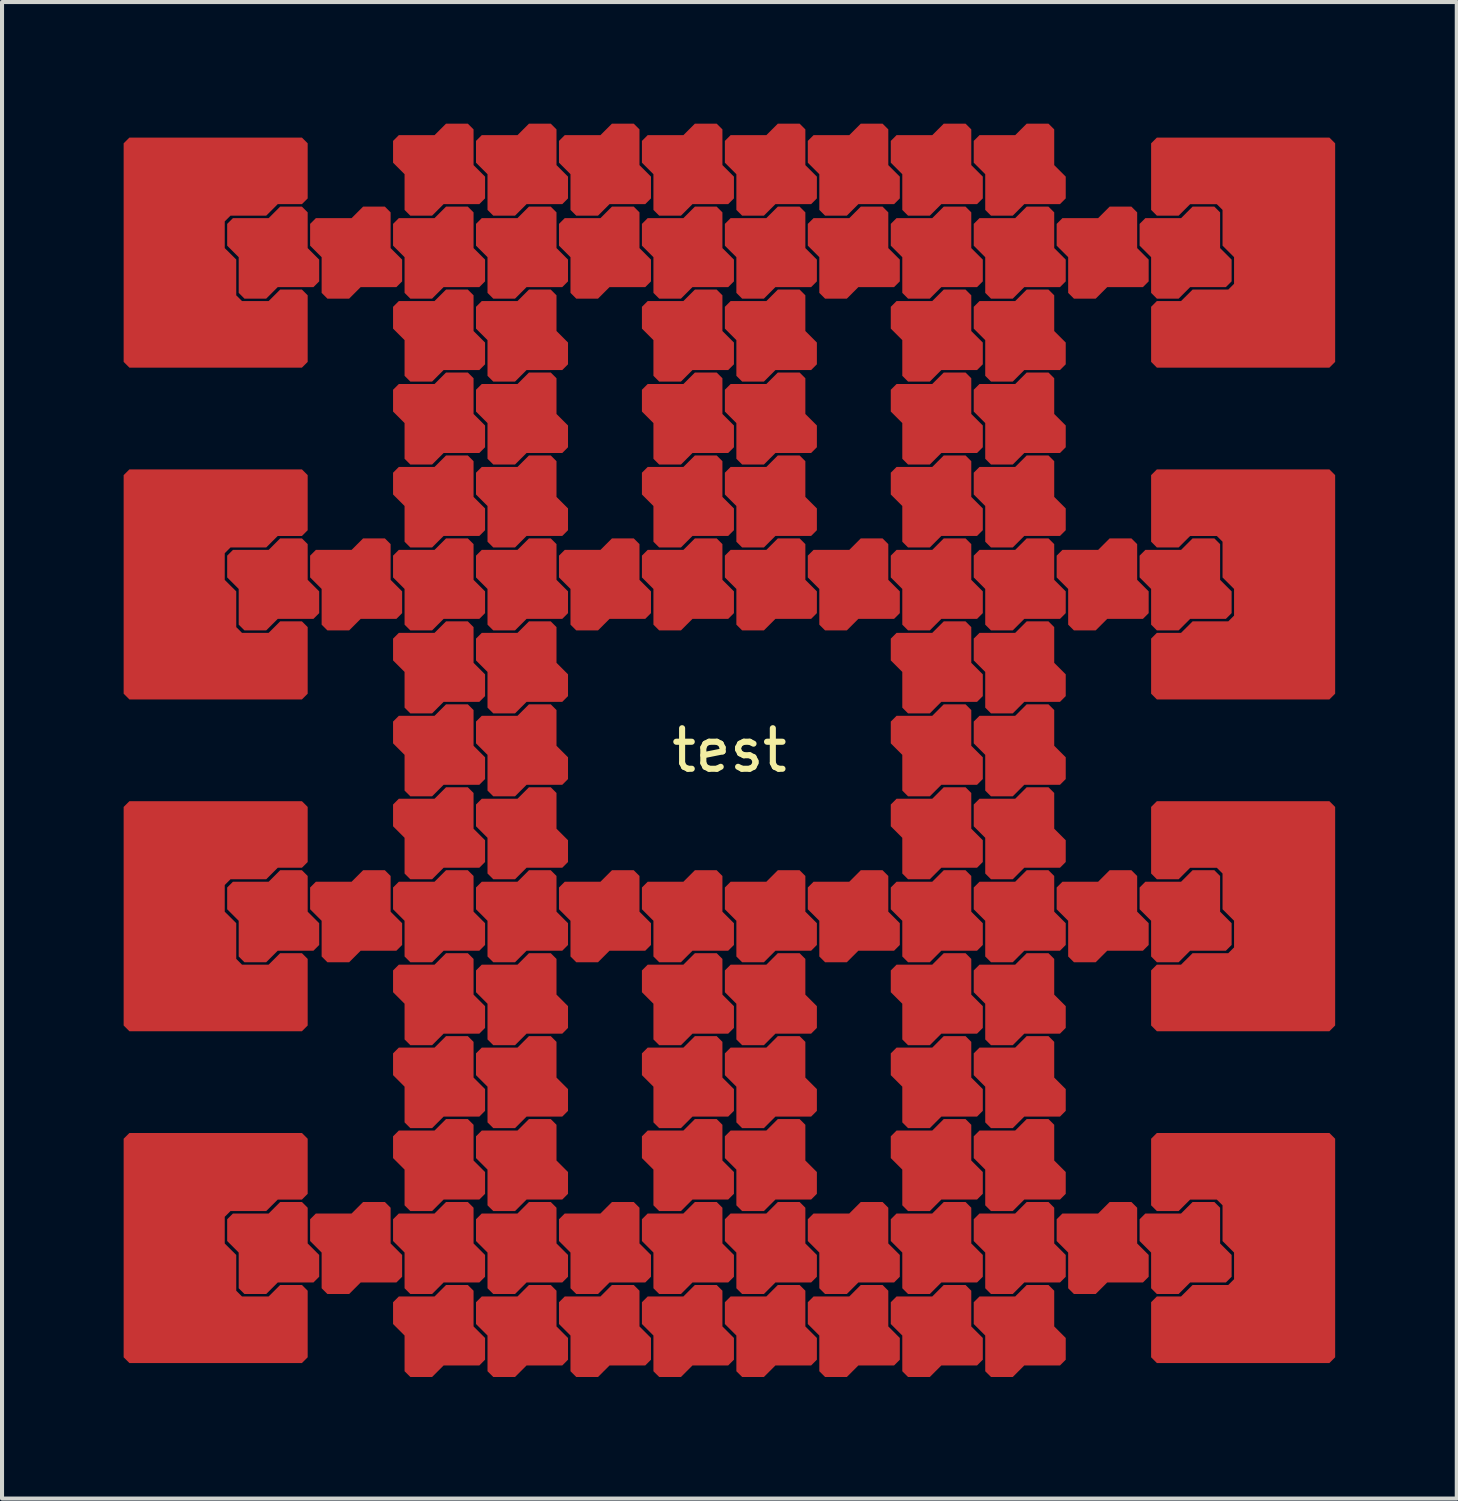
<source format=kicad_pcb>
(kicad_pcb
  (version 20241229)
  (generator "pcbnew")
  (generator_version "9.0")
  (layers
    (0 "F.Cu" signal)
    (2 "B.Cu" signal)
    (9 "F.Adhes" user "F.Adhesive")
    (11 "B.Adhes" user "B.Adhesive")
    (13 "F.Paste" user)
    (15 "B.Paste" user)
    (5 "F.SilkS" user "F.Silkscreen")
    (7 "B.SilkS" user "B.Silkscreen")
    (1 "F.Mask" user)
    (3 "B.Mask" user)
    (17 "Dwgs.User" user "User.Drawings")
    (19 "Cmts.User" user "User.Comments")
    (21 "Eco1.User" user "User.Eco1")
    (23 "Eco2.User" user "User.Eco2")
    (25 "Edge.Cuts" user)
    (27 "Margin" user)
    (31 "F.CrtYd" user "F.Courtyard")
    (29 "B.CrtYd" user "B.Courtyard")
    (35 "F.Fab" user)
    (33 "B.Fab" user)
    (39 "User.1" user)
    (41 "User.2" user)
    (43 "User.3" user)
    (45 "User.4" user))
  (footprint "test"
    (layer "F.Cu")
    (at 14.943 15.459)
    (property "Reference" "test" (at 0 0 0) (layer "F.SilkS") (effects (font (size 1 1) (thickness 0.15))))
    (attr through_hole)
    (pad "1" smd custom (at -3.069 14.324) (size 1.25 1.25) (layers "F.Cu" "F.Mask" "F.Paste") (options (anchor circle)) (primitives (gr_poly (pts (xy -1.135 -0.709) (xy -0.993 -0.851) (xy -0.112 -0.851) (xy 0.03 -0.993) (xy 0.172 -1.135) (xy 0.709 -1.135) (xy 0.851 -0.993) (xy 0.851 -0.112) (xy 0.993 0.03) (xy 1.135 0.172) (xy 1.135 0.709) (xy 0.993 0.851) (xy 0.112 0.851) (xy -0.03 0.993) (xy -0.172 1.135) (xy -0.709 1.135) (xy -0.851 0.993) (xy -0.851 0.112) (xy -0.993 -0.03) (xy -1.135 -0.172) (xy -1.135 -0.709)) (width 0) (fill yes))))
    (pad "2" smd custom (at -5.116 14.324) (size 1.25 1.25) (layers "F.Cu" "F.Mask" "F.Paste") (options (anchor circle)) (primitives (gr_poly (pts (xy -1.135 -0.709) (xy -0.993 -0.851) (xy -0.112 -0.851) (xy 0.03 -0.993) (xy 0.172 -1.135) (xy 0.709 -1.135) (xy 0.851 -0.993) (xy 0.851 -0.112) (xy 0.993 0.03) (xy 1.135 0.172) (xy 1.135 0.709) (xy 0.993 0.851) (xy 0.112 0.851) (xy -0.03 0.993) (xy -0.172 1.135) (xy -0.709 1.135) (xy -0.851 0.993) (xy -0.851 0.112) (xy -0.993 -0.03) (xy -1.135 -0.172) (xy -1.135 -0.709)) (width 0) (fill yes))))
    (pad "3" smd custom (at -7.162 14.324) (size 1.25 1.25) (layers "F.Cu" "F.Mask" "F.Paste") (options (anchor circle)) (primitives (gr_poly (pts (xy -1.135 -0.709) (xy -0.993 -0.851) (xy -0.112 -0.851) (xy 0.03 -0.993) (xy 0.172 -1.135) (xy 0.709 -1.135) (xy 0.851 -0.993) (xy 0.851 -0.112) (xy 0.993 0.03) (xy 1.135 0.172) (xy 1.135 0.709) (xy 0.993 0.851) (xy 0.112 0.851) (xy -0.03 0.993) (xy -0.172 1.135) (xy -0.709 1.135) (xy -0.851 0.993) (xy -0.851 0.112) (xy -0.993 -0.03) (xy -1.135 -0.172) (xy -1.135 -0.709)) (width 0) (fill yes))))
    (pad "4" smd custom (at -13.808 12.845) (size 1.25 1.25) (layers "F.Cu" "F.Mask" "F.Paste") (options (anchor circle)) (primitives (gr_poly (pts (xy 3.263 0.344) (xy 3.405 0.486) (xy 3.405 2.128) (xy 3.263 2.27) (xy -0.993 2.27) (xy -1.135 2.128) (xy -1.135 -3.263) (xy -0.993 -3.405) (xy 3.263 -3.405) (xy 3.405 -3.263) (xy 3.405 -1.904) (xy 3.263 -1.762) (xy 2.666 -1.762) (xy 2.524 -1.621) (xy 2.382 -1.479) (xy 1.501 -1.479) (xy 1.359 -1.337) (xy 1.359 -0.679) (xy 1.501 -0.537) (xy 1.643 -0.396) (xy 1.643 0.486) (xy 1.784 0.627) (xy 2.442 0.627) (xy 2.584 0.486) (xy 2.726 0.344) (xy 3.263 0.344)) (width 0) (fill yes))))
    (pad "5" smd custom (at -3.069 12.277) (size 1.25 1.25) (layers "F.Cu" "F.Mask" "F.Paste") (options (anchor circle)) (primitives (gr_poly (pts (xy -1.135 -0.709) (xy -0.993 -0.851) (xy -0.112 -0.851) (xy 0.03 -0.993) (xy 0.172 -1.135) (xy 0.709 -1.135) (xy 0.851 -0.993) (xy 0.851 -0.112) (xy 0.993 0.03) (xy 1.135 0.172) (xy 1.135 0.709) (xy 0.993 0.851) (xy 0.112 0.851) (xy -0.03 0.993) (xy -0.172 1.135) (xy -0.709 1.135) (xy -0.851 0.993) (xy -0.851 0.112) (xy -0.993 -0.03) (xy -1.135 -0.172) (xy -1.135 -0.709)) (width 0) (fill yes))))
    (pad "6" smd custom (at -5.116 12.277) (size 1.25 1.25) (layers "F.Cu" "F.Mask" "F.Paste") (options (anchor circle)) (primitives (gr_poly (pts (xy -1.135 -0.709) (xy -0.993 -0.851) (xy -0.112 -0.851) (xy 0.03 -0.993) (xy 0.172 -1.135) (xy 0.709 -1.135) (xy 0.851 -0.993) (xy 0.851 -0.112) (xy 0.993 0.03) (xy 1.135 0.172) (xy 1.135 0.709) (xy 0.993 0.851) (xy 0.112 0.851) (xy -0.03 0.993) (xy -0.172 1.135) (xy -0.709 1.135) (xy -0.851 0.993) (xy -0.851 0.112) (xy -0.993 -0.03) (xy -1.135 -0.172) (xy -1.135 -0.709)) (width 0) (fill yes))))
    (pad "7" smd custom (at -7.162 12.277) (size 1.25 1.25) (layers "F.Cu" "F.Mask" "F.Paste") (options (anchor circle)) (primitives (gr_poly (pts (xy -1.135 -0.709) (xy -0.993 -0.851) (xy -0.112 -0.851) (xy 0.03 -0.993) (xy 0.172 -1.135) (xy 0.709 -1.135) (xy 0.851 -0.993) (xy 0.851 -0.112) (xy 0.993 0.03) (xy 1.135 0.172) (xy 1.135 0.709) (xy 0.993 0.851) (xy 0.112 0.851) (xy -0.03 0.993) (xy -0.172 1.135) (xy -0.709 1.135) (xy -0.851 0.993) (xy -0.851 0.112) (xy -0.993 -0.03) (xy -1.135 -0.172) (xy -1.135 -0.709)) (width 0) (fill yes))))
    (pad "8" smd custom (at -9.208 12.277) (size 1.25 1.25) (layers "F.Cu" "F.Mask" "F.Paste") (options (anchor circle)) (primitives (gr_poly (pts (xy -1.135 -0.709) (xy -0.993 -0.851) (xy -0.112 -0.851) (xy 0.03 -0.993) (xy 0.172 -1.135) (xy 0.709 -1.135) (xy 0.851 -0.993) (xy 0.851 -0.112) (xy 0.993 0.03) (xy 1.135 0.172) (xy 1.135 0.709) (xy 0.993 0.851) (xy 0.112 0.851) (xy -0.03 0.993) (xy -0.172 1.135) (xy -0.709 1.135) (xy -0.851 0.993) (xy -0.851 0.112) (xy -0.993 -0.03) (xy -1.135 -0.172) (xy -1.135 -0.709)) (width 0) (fill yes))))
    (pad "9" smd custom (at -11.254 12.277) (size 1.25 1.25) (layers "F.Cu" "F.Mask" "F.Paste") (options (anchor circle)) (primitives (gr_poly (pts (xy -1.135 -0.709) (xy -0.993 -0.851) (xy -0.112 -0.851) (xy 0.03 -0.993) (xy 0.172 -1.135) (xy 0.709 -1.135) (xy 0.851 -0.993) (xy 0.851 -0.112) (xy 0.993 0.03) (xy 1.135 0.172) (xy 1.135 0.709) (xy 0.993 0.851) (xy 0.112 0.851) (xy -0.03 0.993) (xy -0.172 1.135) (xy -0.709 1.135) (xy -0.851 0.993) (xy -0.851 0.112) (xy -0.993 -0.03) (xy -1.135 -0.172) (xy -1.135 -0.709)) (width 0) (fill yes))))
    (pad "10" smd custom (at -5.116 10.231) (size 1.25 1.25) (layers "F.Cu" "F.Mask" "F.Paste") (options (anchor circle)) (primitives (gr_poly (pts (xy -1.135 -0.709) (xy -0.993 -0.851) (xy -0.112 -0.851) (xy 0.03 -0.993) (xy 0.172 -1.135) (xy 0.709 -1.135) (xy 0.851 -0.993) (xy 0.851 -0.112) (xy 0.993 0.03) (xy 1.135 0.172) (xy 1.135 0.709) (xy 0.993 0.851) (xy 0.112 0.851) (xy -0.03 0.993) (xy -0.172 1.135) (xy -0.709 1.135) (xy -0.851 0.993) (xy -0.851 0.112) (xy -0.993 -0.03) (xy -1.135 -0.172) (xy -1.135 -0.709)) (width 0) (fill yes))))
    (pad "11" smd custom (at -7.162 10.231) (size 1.25 1.25) (layers "F.Cu" "F.Mask" "F.Paste") (options (anchor circle)) (primitives (gr_poly (pts (xy -1.135 -0.709) (xy -0.993 -0.851) (xy -0.112 -0.851) (xy 0.03 -0.993) (xy 0.172 -1.135) (xy 0.709 -1.135) (xy 0.851 -0.993) (xy 0.851 -0.112) (xy 0.993 0.03) (xy 1.135 0.172) (xy 1.135 0.709) (xy 0.993 0.851) (xy 0.112 0.851) (xy -0.03 0.993) (xy -0.172 1.135) (xy -0.709 1.135) (xy -0.851 0.993) (xy -0.851 0.112) (xy -0.993 -0.03) (xy -1.135 -0.172) (xy -1.135 -0.709)) (width 0) (fill yes))))
    (pad "12" smd custom (at -5.116 8.185) (size 1.25 1.25) (layers "F.Cu" "F.Mask" "F.Paste") (options (anchor circle)) (primitives (gr_poly (pts (xy -1.135 -0.709) (xy -0.993 -0.851) (xy -0.112 -0.851) (xy 0.03 -0.993) (xy 0.172 -1.135) (xy 0.709 -1.135) (xy 0.851 -0.993) (xy 0.851 -0.112) (xy 0.993 0.03) (xy 1.135 0.172) (xy 1.135 0.709) (xy 0.993 0.851) (xy 0.112 0.851) (xy -0.03 0.993) (xy -0.172 1.135) (xy -0.709 1.135) (xy -0.851 0.993) (xy -0.851 0.112) (xy -0.993 -0.03) (xy -1.135 -0.172) (xy -1.135 -0.709)) (width 0) (fill yes))))
    (pad "13" smd custom (at -7.162 8.185) (size 1.25 1.25) (layers "F.Cu" "F.Mask" "F.Paste") (options (anchor circle)) (primitives (gr_poly (pts (xy -1.135 -0.709) (xy -0.993 -0.851) (xy -0.112 -0.851) (xy 0.03 -0.993) (xy 0.172 -1.135) (xy 0.709 -1.135) (xy 0.851 -0.993) (xy 0.851 -0.112) (xy 0.993 0.03) (xy 1.135 0.172) (xy 1.135 0.709) (xy 0.993 0.851) (xy 0.112 0.851) (xy -0.03 0.993) (xy -0.172 1.135) (xy -0.709 1.135) (xy -0.851 0.993) (xy -0.851 0.112) (xy -0.993 -0.03) (xy -1.135 -0.172) (xy -1.135 -0.709)) (width 0) (fill yes))))
    (pad "14" smd custom (at -5.116 6.139) (size 1.25 1.25) (layers "F.Cu" "F.Mask" "F.Paste") (options (anchor circle)) (primitives (gr_poly (pts (xy -1.135 -0.709) (xy -0.993 -0.851) (xy -0.112 -0.851) (xy 0.03 -0.993) (xy 0.172 -1.135) (xy 0.709 -1.135) (xy 0.851 -0.993) (xy 0.851 -0.112) (xy 0.993 0.03) (xy 1.135 0.172) (xy 1.135 0.709) (xy 0.993 0.851) (xy 0.112 0.851) (xy -0.03 0.993) (xy -0.172 1.135) (xy -0.709 1.135) (xy -0.851 0.993) (xy -0.851 0.112) (xy -0.993 -0.03) (xy -1.135 -0.172) (xy -1.135 -0.709)) (width 0) (fill yes))))
    (pad "15" smd custom (at -7.162 6.139) (size 1.25 1.25) (layers "F.Cu" "F.Mask" "F.Paste") (options (anchor circle)) (primitives (gr_poly (pts (xy -1.135 -0.709) (xy -0.993 -0.851) (xy -0.112 -0.851) (xy 0.03 -0.993) (xy 0.172 -1.135) (xy 0.709 -1.135) (xy 0.851 -0.993) (xy 0.851 -0.112) (xy 0.993 0.03) (xy 1.135 0.172) (xy 1.135 0.709) (xy 0.993 0.851) (xy 0.112 0.851) (xy -0.03 0.993) (xy -0.172 1.135) (xy -0.709 1.135) (xy -0.851 0.993) (xy -0.851 0.112) (xy -0.993 -0.03) (xy -1.135 -0.172) (xy -1.135 -0.709)) (width 0) (fill yes))))
    (pad "16" smd custom (at -3.069 4.093) (size 1.25 1.25) (layers "F.Cu" "F.Mask" "F.Paste") (options (anchor circle)) (primitives (gr_poly (pts (xy -1.135 -0.709) (xy -0.993 -0.851) (xy -0.112 -0.851) (xy 0.03 -0.993) (xy 0.172 -1.135) (xy 0.709 -1.135) (xy 0.851 -0.993) (xy 0.851 -0.112) (xy 0.993 0.03) (xy 1.135 0.172) (xy 1.135 0.709) (xy 0.993 0.851) (xy 0.112 0.851) (xy -0.03 0.993) (xy -0.172 1.135) (xy -0.709 1.135) (xy -0.851 0.993) (xy -0.851 0.112) (xy -0.993 -0.03) (xy -1.135 -0.172) (xy -1.135 -0.709)) (width 0) (fill yes))))
    (pad "17" smd custom (at -5.116 4.093) (size 1.25 1.25) (layers "F.Cu" "F.Mask" "F.Paste") (options (anchor circle)) (primitives (gr_poly (pts (xy -1.135 -0.709) (xy -0.993 -0.851) (xy -0.112 -0.851) (xy 0.03 -0.993) (xy 0.172 -1.135) (xy 0.709 -1.135) (xy 0.851 -0.993) (xy 0.851 -0.112) (xy 0.993 0.03) (xy 1.135 0.172) (xy 1.135 0.709) (xy 0.993 0.851) (xy 0.112 0.851) (xy -0.03 0.993) (xy -0.172 1.135) (xy -0.709 1.135) (xy -0.851 0.993) (xy -0.851 0.112) (xy -0.993 -0.03) (xy -1.135 -0.172) (xy -1.135 -0.709)) (width 0) (fill yes))))
    (pad "18" smd custom (at -7.162 4.093) (size 1.25 1.25) (layers "F.Cu" "F.Mask" "F.Paste") (options (anchor circle)) (primitives (gr_poly (pts (xy -1.135 -0.709) (xy -0.993 -0.851) (xy -0.112 -0.851) (xy 0.03 -0.993) (xy 0.172 -1.135) (xy 0.709 -1.135) (xy 0.851 -0.993) (xy 0.851 -0.112) (xy 0.993 0.03) (xy 1.135 0.172) (xy 1.135 0.709) (xy 0.993 0.851) (xy 0.112 0.851) (xy -0.03 0.993) (xy -0.172 1.135) (xy -0.709 1.135) (xy -0.851 0.993) (xy -0.851 0.112) (xy -0.993 -0.03) (xy -1.135 -0.172) (xy -1.135 -0.709)) (width 0) (fill yes))))
    (pad "19" smd custom (at -9.208 4.093) (size 1.25 1.25) (layers "F.Cu" "F.Mask" "F.Paste") (options (anchor circle)) (primitives (gr_poly (pts (xy -1.135 -0.709) (xy -0.993 -0.851) (xy -0.112 -0.851) (xy 0.03 -0.993) (xy 0.172 -1.135) (xy 0.709 -1.135) (xy 0.851 -0.993) (xy 0.851 -0.112) (xy 0.993 0.03) (xy 1.135 0.172) (xy 1.135 0.709) (xy 0.993 0.851) (xy 0.112 0.851) (xy -0.03 0.993) (xy -0.172 1.135) (xy -0.709 1.135) (xy -0.851 0.993) (xy -0.851 0.112) (xy -0.993 -0.03) (xy -1.135 -0.172) (xy -1.135 -0.709)) (width 0) (fill yes))))
    (pad "20" smd custom (at -11.254 4.093) (size 1.25 1.25) (layers "F.Cu" "F.Mask" "F.Paste") (options (anchor circle)) (primitives (gr_poly (pts (xy -1.135 -0.709) (xy -0.993 -0.851) (xy -0.112 -0.851) (xy 0.03 -0.993) (xy 0.172 -1.135) (xy 0.709 -1.135) (xy 0.851 -0.993) (xy 0.851 -0.112) (xy 0.993 0.03) (xy 1.135 0.172) (xy 1.135 0.709) (xy 0.993 0.851) (xy 0.112 0.851) (xy -0.03 0.993) (xy -0.172 1.135) (xy -0.709 1.135) (xy -0.851 0.993) (xy -0.851 0.112) (xy -0.993 -0.03) (xy -1.135 -0.172) (xy -1.135 -0.709)) (width 0) (fill yes))))
    (pad "21" smd custom (at -13.808 2.39) (size 1.25 1.25) (layers "F.Cu" "F.Mask" "F.Paste") (options (anchor circle)) (primitives (gr_poly (pts (xy 3.263 2.614) (xy 3.405 2.756) (xy 3.405 4.398) (xy 3.263 4.54) (xy -0.993 4.54) (xy -1.135 4.398) (xy -1.135 -0.993) (xy -0.993 -1.135) (xy 3.263 -1.135) (xy 3.405 -0.993) (xy 3.405 0.366) (xy 3.263 0.507) (xy 2.666 0.507) (xy 2.524 0.649) (xy 2.382 0.791) (xy 1.501 0.791) (xy 1.359 0.933) (xy 1.359 1.591) (xy 1.501 1.732) (xy 1.643 1.874) (xy 1.643 2.756) (xy 1.784 2.897) (xy 2.442 2.897) (xy 2.584 2.756) (xy 2.726 2.614) (xy 3.263 2.614)) (width 0) (fill yes))))
    (pad "22" smd custom (at -5.116 2.046) (size 1.25 1.25) (layers "F.Cu" "F.Mask" "F.Paste") (options (anchor circle)) (primitives (gr_poly (pts (xy -1.135 -0.709) (xy -0.993 -0.851) (xy -0.112 -0.851) (xy 0.03 -0.993) (xy 0.172 -1.135) (xy 0.709 -1.135) (xy 0.851 -0.993) (xy 0.851 -0.112) (xy 0.993 0.03) (xy 1.135 0.172) (xy 1.135 0.709) (xy 0.993 0.851) (xy 0.112 0.851) (xy -0.03 0.993) (xy -0.172 1.135) (xy -0.709 1.135) (xy -0.851 0.993) (xy -0.851 0.112) (xy -0.993 -0.03) (xy -1.135 -0.172) (xy -1.135 -0.709)) (width 0) (fill yes))))
    (pad "23" smd custom (at -7.162 2.046) (size 1.25 1.25) (layers "F.Cu" "F.Mask" "F.Paste") (options (anchor circle)) (primitives (gr_poly (pts (xy -1.135 -0.709) (xy -0.993 -0.851) (xy -0.112 -0.851) (xy 0.03 -0.993) (xy 0.172 -1.135) (xy 0.709 -1.135) (xy 0.851 -0.993) (xy 0.851 -0.112) (xy 0.993 0.03) (xy 1.135 0.172) (xy 1.135 0.709) (xy 0.993 0.851) (xy 0.112 0.851) (xy -0.03 0.993) (xy -0.172 1.135) (xy -0.709 1.135) (xy -0.851 0.993) (xy -0.851 0.112) (xy -0.993 -0.03) (xy -1.135 -0.172) (xy -1.135 -0.709)) (width 0) (fill yes))))
    (pad "24" smd custom (at -5.116 0) (size 1.25 1.25) (layers "F.Cu" "F.Mask" "F.Paste") (options (anchor circle)) (primitives (gr_poly (pts (xy -1.135 -0.709) (xy -0.993 -0.851) (xy -0.112 -0.851) (xy 0.03 -0.993) (xy 0.172 -1.135) (xy 0.709 -1.135) (xy 0.851 -0.993) (xy 0.851 -0.112) (xy 0.993 0.03) (xy 1.135 0.172) (xy 1.135 0.709) (xy 0.993 0.851) (xy 0.112 0.851) (xy -0.03 0.993) (xy -0.172 1.135) (xy -0.709 1.135) (xy -0.851 0.993) (xy -0.851 0.112) (xy -0.993 -0.03) (xy -1.135 -0.172) (xy -1.135 -0.709)) (width 0) (fill yes))))
    (pad "25" smd custom (at -7.162 0) (size 1.25 1.25) (layers "F.Cu" "F.Mask" "F.Paste") (options (anchor circle)) (primitives (gr_poly (pts (xy -1.135 -0.709) (xy -0.993 -0.851) (xy -0.112 -0.851) (xy 0.03 -0.993) (xy 0.172 -1.135) (xy 0.709 -1.135) (xy 0.851 -0.993) (xy 0.851 -0.112) (xy 0.993 0.03) (xy 1.135 0.172) (xy 1.135 0.709) (xy 0.993 0.851) (xy 0.112 0.851) (xy -0.03 0.993) (xy -0.172 1.135) (xy -0.709 1.135) (xy -0.851 0.993) (xy -0.851 0.112) (xy -0.993 -0.03) (xy -1.135 -0.172) (xy -1.135 -0.709)) (width 0) (fill yes))))
    (pad "26" smd custom (at -5.116 -2.046) (size 1.25 1.25) (layers "F.Cu" "F.Mask" "F.Paste") (options (anchor circle)) (primitives (gr_poly (pts (xy -1.135 -0.709) (xy -0.993 -0.851) (xy -0.112 -0.851) (xy 0.03 -0.993) (xy 0.172 -1.135) (xy 0.709 -1.135) (xy 0.851 -0.993) (xy 0.851 -0.112) (xy 0.993 0.03) (xy 1.135 0.172) (xy 1.135 0.709) (xy 0.993 0.851) (xy 0.112 0.851) (xy -0.03 0.993) (xy -0.172 1.135) (xy -0.709 1.135) (xy -0.851 0.993) (xy -0.851 0.112) (xy -0.993 -0.03) (xy -1.135 -0.172) (xy -1.135 -0.709)) (width 0) (fill yes))))
    (pad "27" smd custom (at -7.162 -2.046) (size 1.25 1.25) (layers "F.Cu" "F.Mask" "F.Paste") (options (anchor circle)) (primitives (gr_poly (pts (xy -1.135 -0.709) (xy -0.993 -0.851) (xy -0.112 -0.851) (xy 0.03 -0.993) (xy 0.172 -1.135) (xy 0.709 -1.135) (xy 0.851 -0.993) (xy 0.851 -0.112) (xy 0.993 0.03) (xy 1.135 0.172) (xy 1.135 0.709) (xy 0.993 0.851) (xy 0.112 0.851) (xy -0.03 0.993) (xy -0.172 1.135) (xy -0.709 1.135) (xy -0.851 0.993) (xy -0.851 0.112) (xy -0.993 -0.03) (xy -1.135 -0.172) (xy -1.135 -0.709)) (width 0) (fill yes))))
    (pad "28" smd custom (at 1.023 -4.093) (size 1.25 1.25) (layers "F.Cu" "F.Mask" "F.Paste") (options (anchor circle)) (primitives (gr_poly (pts (xy -1.135 -0.709) (xy -0.993 -0.851) (xy -0.112 -0.851) (xy 0.03 -0.993) (xy 0.172 -1.135) (xy 0.709 -1.135) (xy 0.851 -0.993) (xy 0.851 -0.112) (xy 0.993 0.03) (xy 1.135 0.172) (xy 1.135 0.709) (xy 0.993 0.851) (xy 0.112 0.851) (xy -0.03 0.993) (xy -0.172 1.135) (xy -0.709 1.135) (xy -0.851 0.993) (xy -0.851 0.112) (xy -0.993 -0.03) (xy -1.135 -0.172) (xy -1.135 -0.709)) (width 0) (fill yes))))
    (pad "29" smd custom (at -1.023 -4.093) (size 1.25 1.25) (layers "F.Cu" "F.Mask" "F.Paste") (options (anchor circle)) (primitives (gr_poly (pts (xy -1.135 -0.709) (xy -0.993 -0.851) (xy -0.112 -0.851) (xy 0.03 -0.993) (xy 0.172 -1.135) (xy 0.709 -1.135) (xy 0.851 -0.993) (xy 0.851 -0.112) (xy 0.993 0.03) (xy 1.135 0.172) (xy 1.135 0.709) (xy 0.993 0.851) (xy 0.112 0.851) (xy -0.03 0.993) (xy -0.172 1.135) (xy -0.709 1.135) (xy -0.851 0.993) (xy -0.851 0.112) (xy -0.993 -0.03) (xy -1.135 -0.172) (xy -1.135 -0.709)) (width 0) (fill yes))))
    (pad "30" smd custom (at -3.069 -4.093) (size 1.25 1.25) (layers "F.Cu" "F.Mask" "F.Paste") (options (anchor circle)) (primitives (gr_poly (pts (xy -1.135 -0.709) (xy -0.993 -0.851) (xy -0.112 -0.851) (xy 0.03 -0.993) (xy 0.172 -1.135) (xy 0.709 -1.135) (xy 0.851 -0.993) (xy 0.851 -0.112) (xy 0.993 0.03) (xy 1.135 0.172) (xy 1.135 0.709) (xy 0.993 0.851) (xy 0.112 0.851) (xy -0.03 0.993) (xy -0.172 1.135) (xy -0.709 1.135) (xy -0.851 0.993) (xy -0.851 0.112) (xy -0.993 -0.03) (xy -1.135 -0.172) (xy -1.135 -0.709)) (width 0) (fill yes))))
    (pad "31" smd custom (at -5.116 -4.093) (size 1.25 1.25) (layers "F.Cu" "F.Mask" "F.Paste") (options (anchor circle)) (primitives (gr_poly (pts (xy -1.135 -0.709) (xy -0.993 -0.851) (xy -0.112 -0.851) (xy 0.03 -0.993) (xy 0.172 -1.135) (xy 0.709 -1.135) (xy 0.851 -0.993) (xy 0.851 -0.112) (xy 0.993 0.03) (xy 1.135 0.172) (xy 1.135 0.709) (xy 0.993 0.851) (xy 0.112 0.851) (xy -0.03 0.993) (xy -0.172 1.135) (xy -0.709 1.135) (xy -0.851 0.993) (xy -0.851 0.112) (xy -0.993 -0.03) (xy -1.135 -0.172) (xy -1.135 -0.709)) (width 0) (fill yes))))
    (pad "32" smd custom (at -7.162 -4.093) (size 1.25 1.25) (layers "F.Cu" "F.Mask" "F.Paste") (options (anchor circle)) (primitives (gr_poly (pts (xy -1.135 -0.709) (xy -0.993 -0.851) (xy -0.112 -0.851) (xy 0.03 -0.993) (xy 0.172 -1.135) (xy 0.709 -1.135) (xy 0.851 -0.993) (xy 0.851 -0.112) (xy 0.993 0.03) (xy 1.135 0.172) (xy 1.135 0.709) (xy 0.993 0.851) (xy 0.112 0.851) (xy -0.03 0.993) (xy -0.172 1.135) (xy -0.709 1.135) (xy -0.851 0.993) (xy -0.851 0.112) (xy -0.993 -0.03) (xy -1.135 -0.172) (xy -1.135 -0.709)) (width 0) (fill yes))))
    (pad "33" smd custom (at -9.208 -4.093) (size 1.25 1.25) (layers "F.Cu" "F.Mask" "F.Paste") (options (anchor circle)) (primitives (gr_poly (pts (xy -1.135 -0.709) (xy -0.993 -0.851) (xy -0.112 -0.851) (xy 0.03 -0.993) (xy 0.172 -1.135) (xy 0.709 -1.135) (xy 0.851 -0.993) (xy 0.851 -0.112) (xy 0.993 0.03) (xy 1.135 0.172) (xy 1.135 0.709) (xy 0.993 0.851) (xy 0.112 0.851) (xy -0.03 0.993) (xy -0.172 1.135) (xy -0.709 1.135) (xy -0.851 0.993) (xy -0.851 0.112) (xy -0.993 -0.03) (xy -1.135 -0.172) (xy -1.135 -0.709)) (width 0) (fill yes))))
    (pad "34" smd custom (at -11.254 -4.093) (size 1.25 1.25) (layers "F.Cu" "F.Mask" "F.Paste") (options (anchor circle)) (primitives (gr_poly (pts (xy -1.135 -0.709) (xy -0.993 -0.851) (xy -0.112 -0.851) (xy 0.03 -0.993) (xy 0.172 -1.135) (xy 0.709 -1.135) (xy 0.851 -0.993) (xy 0.851 -0.112) (xy 0.993 0.03) (xy 1.135 0.172) (xy 1.135 0.709) (xy 0.993 0.851) (xy 0.112 0.851) (xy -0.03 0.993) (xy -0.172 1.135) (xy -0.709 1.135) (xy -0.851 0.993) (xy -0.851 0.112) (xy -0.993 -0.03) (xy -1.135 -0.172) (xy -1.135 -0.709)) (width 0) (fill yes))))
    (pad "35" smd custom (at -13.808 -3.525) (size 1.25 1.25) (layers "F.Cu" "F.Mask" "F.Paste") (options (anchor circle)) (primitives (gr_poly (pts (xy 3.263 0.344) (xy 3.405 0.486) (xy 3.405 2.128) (xy 3.263 2.27) (xy -0.993 2.27) (xy -1.135 2.128) (xy -1.135 -3.263) (xy -0.993 -3.405) (xy 3.263 -3.405) (xy 3.405 -3.263) (xy 3.405 -1.904) (xy 3.263 -1.762) (xy 2.666 -1.762) (xy 2.524 -1.621) (xy 2.382 -1.479) (xy 1.501 -1.479) (xy 1.359 -1.337) (xy 1.359 -0.679) (xy 1.501 -0.537) (xy 1.643 -0.396) (xy 1.643 0.486) (xy 1.784 0.627) (xy 2.442 0.627) (xy 2.584 0.486) (xy 2.726 0.344) (xy 3.263 0.344)) (width 0) (fill yes))))
    (pad "36" smd custom (at 1.023 -6.139) (size 1.25 1.25) (layers "F.Cu" "F.Mask" "F.Paste") (options (anchor circle)) (primitives (gr_poly (pts (xy -1.135 -0.709) (xy -0.993 -0.851) (xy -0.112 -0.851) (xy 0.03 -0.993) (xy 0.172 -1.135) (xy 0.709 -1.135) (xy 0.851 -0.993) (xy 0.851 -0.112) (xy 0.993 0.03) (xy 1.135 0.172) (xy 1.135 0.709) (xy 0.993 0.851) (xy 0.112 0.851) (xy -0.03 0.993) (xy -0.172 1.135) (xy -0.709 1.135) (xy -0.851 0.993) (xy -0.851 0.112) (xy -0.993 -0.03) (xy -1.135 -0.172) (xy -1.135 -0.709)) (width 0) (fill yes))))
    (pad "37" smd custom (at -1.023 -6.139) (size 1.25 1.25) (layers "F.Cu" "F.Mask" "F.Paste") (options (anchor circle)) (primitives (gr_poly (pts (xy -1.135 -0.709) (xy -0.993 -0.851) (xy -0.112 -0.851) (xy 0.03 -0.993) (xy 0.172 -1.135) (xy 0.709 -1.135) (xy 0.851 -0.993) (xy 0.851 -0.112) (xy 0.993 0.03) (xy 1.135 0.172) (xy 1.135 0.709) (xy 0.993 0.851) (xy 0.112 0.851) (xy -0.03 0.993) (xy -0.172 1.135) (xy -0.709 1.135) (xy -0.851 0.993) (xy -0.851 0.112) (xy -0.993 -0.03) (xy -1.135 -0.172) (xy -1.135 -0.709)) (width 0) (fill yes))))
    (pad "38" smd custom (at -5.116 -6.139) (size 1.25 1.25) (layers "F.Cu" "F.Mask" "F.Paste") (options (anchor circle)) (primitives (gr_poly (pts (xy -1.135 -0.709) (xy -0.993 -0.851) (xy -0.112 -0.851) (xy 0.03 -0.993) (xy 0.172 -1.135) (xy 0.709 -1.135) (xy 0.851 -0.993) (xy 0.851 -0.112) (xy 0.993 0.03) (xy 1.135 0.172) (xy 1.135 0.709) (xy 0.993 0.851) (xy 0.112 0.851) (xy -0.03 0.993) (xy -0.172 1.135) (xy -0.709 1.135) (xy -0.851 0.993) (xy -0.851 0.112) (xy -0.993 -0.03) (xy -1.135 -0.172) (xy -1.135 -0.709)) (width 0) (fill yes))))
    (pad "39" smd custom (at -7.162 -6.139) (size 1.25 1.25) (layers "F.Cu" "F.Mask" "F.Paste") (options (anchor circle)) (primitives (gr_poly (pts (xy -1.135 -0.709) (xy -0.993 -0.851) (xy -0.112 -0.851) (xy 0.03 -0.993) (xy 0.172 -1.135) (xy 0.709 -1.135) (xy 0.851 -0.993) (xy 0.851 -0.112) (xy 0.993 0.03) (xy 1.135 0.172) (xy 1.135 0.709) (xy 0.993 0.851) (xy 0.112 0.851) (xy -0.03 0.993) (xy -0.172 1.135) (xy -0.709 1.135) (xy -0.851 0.993) (xy -0.851 0.112) (xy -0.993 -0.03) (xy -1.135 -0.172) (xy -1.135 -0.709)) (width 0) (fill yes))))
    (pad "40" smd custom (at 1.023 -8.185) (size 1.25 1.25) (layers "F.Cu" "F.Mask" "F.Paste") (options (anchor circle)) (primitives (gr_poly (pts (xy -1.135 -0.709) (xy -0.993 -0.851) (xy -0.112 -0.851) (xy 0.03 -0.993) (xy 0.172 -1.135) (xy 0.709 -1.135) (xy 0.851 -0.993) (xy 0.851 -0.112) (xy 0.993 0.03) (xy 1.135 0.172) (xy 1.135 0.709) (xy 0.993 0.851) (xy 0.112 0.851) (xy -0.03 0.993) (xy -0.172 1.135) (xy -0.709 1.135) (xy -0.851 0.993) (xy -0.851 0.112) (xy -0.993 -0.03) (xy -1.135 -0.172) (xy -1.135 -0.709)) (width 0) (fill yes))))
    (pad "41" smd custom (at -1.023 -8.185) (size 1.25 1.25) (layers "F.Cu" "F.Mask" "F.Paste") (options (anchor circle)) (primitives (gr_poly (pts (xy -1.135 -0.709) (xy -0.993 -0.851) (xy -0.112 -0.851) (xy 0.03 -0.993) (xy 0.172 -1.135) (xy 0.709 -1.135) (xy 0.851 -0.993) (xy 0.851 -0.112) (xy 0.993 0.03) (xy 1.135 0.172) (xy 1.135 0.709) (xy 0.993 0.851) (xy 0.112 0.851) (xy -0.03 0.993) (xy -0.172 1.135) (xy -0.709 1.135) (xy -0.851 0.993) (xy -0.851 0.112) (xy -0.993 -0.03) (xy -1.135 -0.172) (xy -1.135 -0.709)) (width 0) (fill yes))))
    (pad "42" smd custom (at -5.116 -8.185) (size 1.25 1.25) (layers "F.Cu" "F.Mask" "F.Paste") (options (anchor circle)) (primitives (gr_poly (pts (xy -1.135 -0.709) (xy -0.993 -0.851) (xy -0.112 -0.851) (xy 0.03 -0.993) (xy 0.172 -1.135) (xy 0.709 -1.135) (xy 0.851 -0.993) (xy 0.851 -0.112) (xy 0.993 0.03) (xy 1.135 0.172) (xy 1.135 0.709) (xy 0.993 0.851) (xy 0.112 0.851) (xy -0.03 0.993) (xy -0.172 1.135) (xy -0.709 1.135) (xy -0.851 0.993) (xy -0.851 0.112) (xy -0.993 -0.03) (xy -1.135 -0.172) (xy -1.135 -0.709)) (width 0) (fill yes))))
    (pad "43" smd custom (at -7.162 -8.185) (size 1.25 1.25) (layers "F.Cu" "F.Mask" "F.Paste") (options (anchor circle)) (primitives (gr_poly (pts (xy -1.135 -0.709) (xy -0.993 -0.851) (xy -0.112 -0.851) (xy 0.03 -0.993) (xy 0.172 -1.135) (xy 0.709 -1.135) (xy 0.851 -0.993) (xy 0.851 -0.112) (xy 0.993 0.03) (xy 1.135 0.172) (xy 1.135 0.709) (xy 0.993 0.851) (xy 0.112 0.851) (xy -0.03 0.993) (xy -0.172 1.135) (xy -0.709 1.135) (xy -0.851 0.993) (xy -0.851 0.112) (xy -0.993 -0.03) (xy -1.135 -0.172) (xy -1.135 -0.709)) (width 0) (fill yes))))
    (pad "44" smd custom (at 1.023 -10.231) (size 1.25 1.25) (layers "F.Cu" "F.Mask" "F.Paste") (options (anchor circle)) (primitives (gr_poly (pts (xy -1.135 -0.709) (xy -0.993 -0.851) (xy -0.112 -0.851) (xy 0.03 -0.993) (xy 0.172 -1.135) (xy 0.709 -1.135) (xy 0.851 -0.993) (xy 0.851 -0.112) (xy 0.993 0.03) (xy 1.135 0.172) (xy 1.135 0.709) (xy 0.993 0.851) (xy 0.112 0.851) (xy -0.03 0.993) (xy -0.172 1.135) (xy -0.709 1.135) (xy -0.851 0.993) (xy -0.851 0.112) (xy -0.993 -0.03) (xy -1.135 -0.172) (xy -1.135 -0.709)) (width 0) (fill yes))))
    (pad "45" smd custom (at -1.023 -10.231) (size 1.25 1.25) (layers "F.Cu" "F.Mask" "F.Paste") (options (anchor circle)) (primitives (gr_poly (pts (xy -1.135 -0.709) (xy -0.993 -0.851) (xy -0.112 -0.851) (xy 0.03 -0.993) (xy 0.172 -1.135) (xy 0.709 -1.135) (xy 0.851 -0.993) (xy 0.851 -0.112) (xy 0.993 0.03) (xy 1.135 0.172) (xy 1.135 0.709) (xy 0.993 0.851) (xy 0.112 0.851) (xy -0.03 0.993) (xy -0.172 1.135) (xy -0.709 1.135) (xy -0.851 0.993) (xy -0.851 0.112) (xy -0.993 -0.03) (xy -1.135 -0.172) (xy -1.135 -0.709)) (width 0) (fill yes))))
    (pad "46" smd custom (at -5.116 -10.231) (size 1.25 1.25) (layers "F.Cu" "F.Mask" "F.Paste") (options (anchor circle)) (primitives (gr_poly (pts (xy -1.135 -0.709) (xy -0.993 -0.851) (xy -0.112 -0.851) (xy 0.03 -0.993) (xy 0.172 -1.135) (xy 0.709 -1.135) (xy 0.851 -0.993) (xy 0.851 -0.112) (xy 0.993 0.03) (xy 1.135 0.172) (xy 1.135 0.709) (xy 0.993 0.851) (xy 0.112 0.851) (xy -0.03 0.993) (xy -0.172 1.135) (xy -0.709 1.135) (xy -0.851 0.993) (xy -0.851 0.112) (xy -0.993 -0.03) (xy -1.135 -0.172) (xy -1.135 -0.709)) (width 0) (fill yes))))
    (pad "47" smd custom (at -7.162 -10.231) (size 1.25 1.25) (layers "F.Cu" "F.Mask" "F.Paste") (options (anchor circle)) (primitives (gr_poly (pts (xy -1.135 -0.709) (xy -0.993 -0.851) (xy -0.112 -0.851) (xy 0.03 -0.993) (xy 0.172 -1.135) (xy 0.709 -1.135) (xy 0.851 -0.993) (xy 0.851 -0.112) (xy 0.993 0.03) (xy 1.135 0.172) (xy 1.135 0.709) (xy 0.993 0.851) (xy 0.112 0.851) (xy -0.03 0.993) (xy -0.172 1.135) (xy -0.709 1.135) (xy -0.851 0.993) (xy -0.851 0.112) (xy -0.993 -0.03) (xy -1.135 -0.172) (xy -1.135 -0.709)) (width 0) (fill yes))))
    (pad "48" smd custom (at 1.023 -12.277) (size 1.25 1.25) (layers "F.Cu" "F.Mask" "F.Paste") (options (anchor circle)) (primitives (gr_poly (pts (xy -1.135 -0.709) (xy -0.993 -0.851) (xy -0.112 -0.851) (xy 0.03 -0.993) (xy 0.172 -1.135) (xy 0.709 -1.135) (xy 0.851 -0.993) (xy 0.851 -0.112) (xy 0.993 0.03) (xy 1.135 0.172) (xy 1.135 0.709) (xy 0.993 0.851) (xy 0.112 0.851) (xy -0.03 0.993) (xy -0.172 1.135) (xy -0.709 1.135) (xy -0.851 0.993) (xy -0.851 0.112) (xy -0.993 -0.03) (xy -1.135 -0.172) (xy -1.135 -0.709)) (width 0) (fill yes))))
    (pad "49" smd custom (at -1.023 -12.277) (size 1.25 1.25) (layers "F.Cu" "F.Mask" "F.Paste") (options (anchor circle)) (primitives (gr_poly (pts (xy -1.135 -0.709) (xy -0.993 -0.851) (xy -0.112 -0.851) (xy 0.03 -0.993) (xy 0.172 -1.135) (xy 0.709 -1.135) (xy 0.851 -0.993) (xy 0.851 -0.112) (xy 0.993 0.03) (xy 1.135 0.172) (xy 1.135 0.709) (xy 0.993 0.851) (xy 0.112 0.851) (xy -0.03 0.993) (xy -0.172 1.135) (xy -0.709 1.135) (xy -0.851 0.993) (xy -0.851 0.112) (xy -0.993 -0.03) (xy -1.135 -0.172) (xy -1.135 -0.709)) (width 0) (fill yes))))
    (pad "50" smd custom (at -3.069 -12.277) (size 1.25 1.25) (layers "F.Cu" "F.Mask" "F.Paste") (options (anchor circle)) (primitives (gr_poly (pts (xy -1.135 -0.709) (xy -0.993 -0.851) (xy -0.112 -0.851) (xy 0.03 -0.993) (xy 0.172 -1.135) (xy 0.709 -1.135) (xy 0.851 -0.993) (xy 0.851 -0.112) (xy 0.993 0.03) (xy 1.135 0.172) (xy 1.135 0.709) (xy 0.993 0.851) (xy 0.112 0.851) (xy -0.03 0.993) (xy -0.172 1.135) (xy -0.709 1.135) (xy -0.851 0.993) (xy -0.851 0.112) (xy -0.993 -0.03) (xy -1.135 -0.172) (xy -1.135 -0.709)) (width 0) (fill yes))))
    (pad "51" smd custom (at -5.116 -12.277) (size 1.25 1.25) (layers "F.Cu" "F.Mask" "F.Paste") (options (anchor circle)) (primitives (gr_poly (pts (xy -1.135 -0.709) (xy -0.993 -0.851) (xy -0.112 -0.851) (xy 0.03 -0.993) (xy 0.172 -1.135) (xy 0.709 -1.135) (xy 0.851 -0.993) (xy 0.851 -0.112) (xy 0.993 0.03) (xy 1.135 0.172) (xy 1.135 0.709) (xy 0.993 0.851) (xy 0.112 0.851) (xy -0.03 0.993) (xy -0.172 1.135) (xy -0.709 1.135) (xy -0.851 0.993) (xy -0.851 0.112) (xy -0.993 -0.03) (xy -1.135 -0.172) (xy -1.135 -0.709)) (width 0) (fill yes))))
    (pad "52" smd custom (at -7.162 -12.277) (size 1.25 1.25) (layers "F.Cu" "F.Mask" "F.Paste") (options (anchor circle)) (primitives (gr_poly (pts (xy -1.135 -0.709) (xy -0.993 -0.851) (xy -0.112 -0.851) (xy 0.03 -0.993) (xy 0.172 -1.135) (xy 0.709 -1.135) (xy 0.851 -0.993) (xy 0.851 -0.112) (xy 0.993 0.03) (xy 1.135 0.172) (xy 1.135 0.709) (xy 0.993 0.851) (xy 0.112 0.851) (xy -0.03 0.993) (xy -0.172 1.135) (xy -0.709 1.135) (xy -0.851 0.993) (xy -0.851 0.112) (xy -0.993 -0.03) (xy -1.135 -0.172) (xy -1.135 -0.709)) (width 0) (fill yes))))
    (pad "53" smd custom (at -9.208 -12.277) (size 1.25 1.25) (layers "F.Cu" "F.Mask" "F.Paste") (options (anchor circle)) (primitives (gr_poly (pts (xy -1.135 -0.709) (xy -0.993 -0.851) (xy -0.112 -0.851) (xy 0.03 -0.993) (xy 0.172 -1.135) (xy 0.709 -1.135) (xy 0.851 -0.993) (xy 0.851 -0.112) (xy 0.993 0.03) (xy 1.135 0.172) (xy 1.135 0.709) (xy 0.993 0.851) (xy 0.112 0.851) (xy -0.03 0.993) (xy -0.172 1.135) (xy -0.709 1.135) (xy -0.851 0.993) (xy -0.851 0.112) (xy -0.993 -0.03) (xy -1.135 -0.172) (xy -1.135 -0.709)) (width 0) (fill yes))))
    (pad "54" smd custom (at -11.254 -12.277) (size 1.25 1.25) (layers "F.Cu" "F.Mask" "F.Paste") (options (anchor circle)) (primitives (gr_poly (pts (xy -1.135 -0.709) (xy -0.993 -0.851) (xy -0.112 -0.851) (xy 0.03 -0.993) (xy 0.172 -1.135) (xy 0.709 -1.135) (xy 0.851 -0.993) (xy 0.851 -0.112) (xy 0.993 0.03) (xy 1.135 0.172) (xy 1.135 0.709) (xy 0.993 0.851) (xy 0.112 0.851) (xy -0.03 0.993) (xy -0.172 1.135) (xy -0.709 1.135) (xy -0.851 0.993) (xy -0.851 0.112) (xy -0.993 -0.03) (xy -1.135 -0.172) (xy -1.135 -0.709)) (width 0) (fill yes))))
    (pad "55" smd custom (at -13.808 -13.98) (size 1.25 1.25) (layers "F.Cu" "F.Mask" "F.Paste") (options (anchor circle)) (primitives (gr_poly (pts (xy 3.263 2.614) (xy 3.405 2.756) (xy 3.405 4.398) (xy 3.263 4.54) (xy -0.993 4.54) (xy -1.135 4.398) (xy -1.135 -0.993) (xy -0.993 -1.135) (xy 3.263 -1.135) (xy 3.405 -0.993) (xy 3.405 0.366) (xy 3.263 0.507) (xy 2.666 0.507) (xy 2.524 0.649) (xy 2.382 0.791) (xy 1.501 0.791) (xy 1.359 0.933) (xy 1.359 1.591) (xy 1.501 1.732) (xy 1.643 1.874) (xy 1.643 2.756) (xy 1.784 2.897) (xy 2.442 2.897) (xy 2.584 2.756) (xy 2.726 2.614) (xy 3.263 2.614)) (width 0) (fill yes))))
    (pad "56" smd custom (at 1.023 -14.324) (size 1.25 1.25) (layers "F.Cu" "F.Mask" "F.Paste") (options (anchor circle)) (primitives (gr_poly (pts (xy -1.135 -0.709) (xy -0.993 -0.851) (xy -0.112 -0.851) (xy 0.03 -0.993) (xy 0.172 -1.135) (xy 0.709 -1.135) (xy 0.851 -0.993) (xy 0.851 -0.112) (xy 0.993 0.03) (xy 1.135 0.172) (xy 1.135 0.709) (xy 0.993 0.851) (xy 0.112 0.851) (xy -0.03 0.993) (xy -0.172 1.135) (xy -0.709 1.135) (xy -0.851 0.993) (xy -0.851 0.112) (xy -0.993 -0.03) (xy -1.135 -0.172) (xy -1.135 -0.709)) (width 0) (fill yes))))
    (pad "57" smd custom (at -1.023 -14.324) (size 1.25 1.25) (layers "F.Cu" "F.Mask" "F.Paste") (options (anchor circle)) (primitives (gr_poly (pts (xy -1.135 -0.709) (xy -0.993 -0.851) (xy -0.112 -0.851) (xy 0.03 -0.993) (xy 0.172 -1.135) (xy 0.709 -1.135) (xy 0.851 -0.993) (xy 0.851 -0.112) (xy 0.993 0.03) (xy 1.135 0.172) (xy 1.135 0.709) (xy 0.993 0.851) (xy 0.112 0.851) (xy -0.03 0.993) (xy -0.172 1.135) (xy -0.709 1.135) (xy -0.851 0.993) (xy -0.851 0.112) (xy -0.993 -0.03) (xy -1.135 -0.172) (xy -1.135 -0.709)) (width 0) (fill yes))))
    (pad "58" smd custom (at -3.069 -14.324) (size 1.25 1.25) (layers "F.Cu" "F.Mask" "F.Paste") (options (anchor circle)) (primitives (gr_poly (pts (xy -1.135 -0.709) (xy -0.993 -0.851) (xy -0.112 -0.851) (xy 0.03 -0.993) (xy 0.172 -1.135) (xy 0.709 -1.135) (xy 0.851 -0.993) (xy 0.851 -0.112) (xy 0.993 0.03) (xy 1.135 0.172) (xy 1.135 0.709) (xy 0.993 0.851) (xy 0.112 0.851) (xy -0.03 0.993) (xy -0.172 1.135) (xy -0.709 1.135) (xy -0.851 0.993) (xy -0.851 0.112) (xy -0.993 -0.03) (xy -1.135 -0.172) (xy -1.135 -0.709)) (width 0) (fill yes))))
    (pad "59" smd custom (at -5.116 -14.324) (size 1.25 1.25) (layers "F.Cu" "F.Mask" "F.Paste") (options (anchor circle)) (primitives (gr_poly (pts (xy -1.135 -0.709) (xy -0.993 -0.851) (xy -0.112 -0.851) (xy 0.03 -0.993) (xy 0.172 -1.135) (xy 0.709 -1.135) (xy 0.851 -0.993) (xy 0.851 -0.112) (xy 0.993 0.03) (xy 1.135 0.172) (xy 1.135 0.709) (xy 0.993 0.851) (xy 0.112 0.851) (xy -0.03 0.993) (xy -0.172 1.135) (xy -0.709 1.135) (xy -0.851 0.993) (xy -0.851 0.112) (xy -0.993 -0.03) (xy -1.135 -0.172) (xy -1.135 -0.709)) (width 0) (fill yes))))
    (pad "60" smd custom (at -7.162 -14.324) (size 1.25 1.25) (layers "F.Cu" "F.Mask" "F.Paste") (options (anchor circle)) (primitives (gr_poly (pts (xy -1.135 -0.709) (xy -0.993 -0.851) (xy -0.112 -0.851) (xy 0.03 -0.993) (xy 0.172 -1.135) (xy 0.709 -1.135) (xy 0.851 -0.993) (xy 0.851 -0.112) (xy 0.993 0.03) (xy 1.135 0.172) (xy 1.135 0.709) (xy 0.993 0.851) (xy 0.112 0.851) (xy -0.03 0.993) (xy -0.172 1.135) (xy -0.709 1.135) (xy -0.851 0.993) (xy -0.851 0.112) (xy -0.993 -0.03) (xy -1.135 -0.172) (xy -1.135 -0.709)) (width 0) (fill yes))))
    (pad "61" smd custom (at 3.069 -14.324) (size 1.25 1.25) (layers "F.Cu" "F.Mask" "F.Paste") (options (anchor circle)) (primitives (gr_poly (pts (xy -1.135 -0.709) (xy -0.993 -0.851) (xy -0.112 -0.851) (xy 0.03 -0.993) (xy 0.172 -1.135) (xy 0.709 -1.135) (xy 0.851 -0.993) (xy 0.851 -0.112) (xy 0.993 0.03) (xy 1.135 0.172) (xy 1.135 0.709) (xy 0.993 0.851) (xy 0.112 0.851) (xy -0.03 0.993) (xy -0.172 1.135) (xy -0.709 1.135) (xy -0.851 0.993) (xy -0.851 0.112) (xy -0.993 -0.03) (xy -1.135 -0.172) (xy -1.135 -0.709)) (width 0) (fill yes))))
    (pad "62" smd custom (at 5.116 -14.324) (size 1.25 1.25) (layers "F.Cu" "F.Mask" "F.Paste") (options (anchor circle)) (primitives (gr_poly (pts (xy -1.135 -0.709) (xy -0.993 -0.851) (xy -0.112 -0.851) (xy 0.03 -0.993) (xy 0.172 -1.135) (xy 0.709 -1.135) (xy 0.851 -0.993) (xy 0.851 -0.112) (xy 0.993 0.03) (xy 1.135 0.172) (xy 1.135 0.709) (xy 0.993 0.851) (xy 0.112 0.851) (xy -0.03 0.993) (xy -0.172 1.135) (xy -0.709 1.135) (xy -0.851 0.993) (xy -0.851 0.112) (xy -0.993 -0.03) (xy -1.135 -0.172) (xy -1.135 -0.709)) (width 0) (fill yes))))
    (pad "63" smd custom (at 7.162 -14.324) (size 1.25 1.25) (layers "F.Cu" "F.Mask" "F.Paste") (options (anchor circle)) (primitives (gr_poly (pts (xy -1.135 -0.709) (xy -0.993 -0.851) (xy -0.112 -0.851) (xy 0.03 -0.993) (xy 0.172 -1.135) (xy 0.709 -1.135) (xy 0.851 -0.993) (xy 0.851 -0.112) (xy 0.993 0.03) (xy 1.135 0.172) (xy 1.135 0.709) (xy 0.993 0.851) (xy 0.112 0.851) (xy -0.03 0.993) (xy -0.172 1.135) (xy -0.709 1.135) (xy -0.851 0.993) (xy -0.851 0.112) (xy -0.993 -0.03) (xy -1.135 -0.172) (xy -1.135 -0.709)) (width 0) (fill yes))))
    (pad "64" smd custom (at 3.069 -12.277) (size 1.25 1.25) (layers "F.Cu" "F.Mask" "F.Paste") (options (anchor circle)) (primitives (gr_poly (pts (xy -1.135 -0.709) (xy -0.993 -0.851) (xy -0.112 -0.851) (xy 0.03 -0.993) (xy 0.172 -1.135) (xy 0.709 -1.135) (xy 0.851 -0.993) (xy 0.851 -0.112) (xy 0.993 0.03) (xy 1.135 0.172) (xy 1.135 0.709) (xy 0.993 0.851) (xy 0.112 0.851) (xy -0.03 0.993) (xy -0.172 1.135) (xy -0.709 1.135) (xy -0.851 0.993) (xy -0.851 0.112) (xy -0.993 -0.03) (xy -1.135 -0.172) (xy -1.135 -0.709)) (width 0) (fill yes))))
    (pad "65" smd custom (at 5.116 -12.277) (size 1.25 1.25) (layers "F.Cu" "F.Mask" "F.Paste") (options (anchor circle)) (primitives (gr_poly (pts (xy -1.135 -0.709) (xy -0.993 -0.851) (xy -0.112 -0.851) (xy 0.03 -0.993) (xy 0.172 -1.135) (xy 0.709 -1.135) (xy 0.851 -0.993) (xy 0.851 -0.112) (xy 0.993 0.03) (xy 1.135 0.172) (xy 1.135 0.709) (xy 0.993 0.851) (xy 0.112 0.851) (xy -0.03 0.993) (xy -0.172 1.135) (xy -0.709 1.135) (xy -0.851 0.993) (xy -0.851 0.112) (xy -0.993 -0.03) (xy -1.135 -0.172) (xy -1.135 -0.709)) (width 0) (fill yes))))
    (pad "66" smd custom (at 7.162 -12.277) (size 1.25 1.25) (layers "F.Cu" "F.Mask" "F.Paste") (options (anchor circle)) (primitives (gr_poly (pts (xy -1.135 -0.709) (xy -0.993 -0.851) (xy -0.112 -0.851) (xy 0.03 -0.993) (xy 0.172 -1.135) (xy 0.709 -1.135) (xy 0.851 -0.993) (xy 0.851 -0.112) (xy 0.993 0.03) (xy 1.135 0.172) (xy 1.135 0.709) (xy 0.993 0.851) (xy 0.112 0.851) (xy -0.03 0.993) (xy -0.172 1.135) (xy -0.709 1.135) (xy -0.851 0.993) (xy -0.851 0.112) (xy -0.993 -0.03) (xy -1.135 -0.172) (xy -1.135 -0.709)) (width 0) (fill yes))))
    (pad "67" smd custom (at 9.208 -12.277) (size 1.25 1.25) (layers "F.Cu" "F.Mask" "F.Paste") (options (anchor circle)) (primitives (gr_poly (pts (xy -1.135 -0.709) (xy -0.993 -0.851) (xy -0.112 -0.851) (xy 0.03 -0.993) (xy 0.172 -1.135) (xy 0.709 -1.135) (xy 0.851 -0.993) (xy 0.851 -0.112) (xy 0.993 0.03) (xy 1.135 0.172) (xy 1.135 0.709) (xy 0.993 0.851) (xy 0.112 0.851) (xy -0.03 0.993) (xy -0.172 1.135) (xy -0.709 1.135) (xy -0.851 0.993) (xy -0.851 0.112) (xy -0.993 -0.03) (xy -1.135 -0.172) (xy -1.135 -0.709)) (width 0) (fill yes))))
    (pad "68" smd custom (at 11.254 -12.277) (size 1.25 1.25) (layers "F.Cu" "F.Mask" "F.Paste") (options (anchor circle)) (primitives (gr_poly (pts (xy -1.135 -0.709) (xy -0.993 -0.851) (xy -0.112 -0.851) (xy 0.03 -0.993) (xy 0.172 -1.135) (xy 0.709 -1.135) (xy 0.851 -0.993) (xy 0.851 -0.112) (xy 0.993 0.03) (xy 1.135 0.172) (xy 1.135 0.709) (xy 0.993 0.851) (xy 0.112 0.851) (xy -0.03 0.993) (xy -0.172 1.135) (xy -0.709 1.135) (xy -0.851 0.993) (xy -0.851 0.112) (xy -0.993 -0.03) (xy -1.135 -0.172) (xy -1.135 -0.709)) (width 0) (fill yes))))
    (pad "69" smd custom (at 5.116 -10.231) (size 1.25 1.25) (layers "F.Cu" "F.Mask" "F.Paste") (options (anchor circle)) (primitives (gr_poly (pts (xy -1.135 -0.709) (xy -0.993 -0.851) (xy -0.112 -0.851) (xy 0.03 -0.993) (xy 0.172 -1.135) (xy 0.709 -1.135) (xy 0.851 -0.993) (xy 0.851 -0.112) (xy 0.993 0.03) (xy 1.135 0.172) (xy 1.135 0.709) (xy 0.993 0.851) (xy 0.112 0.851) (xy -0.03 0.993) (xy -0.172 1.135) (xy -0.709 1.135) (xy -0.851 0.993) (xy -0.851 0.112) (xy -0.993 -0.03) (xy -1.135 -0.172) (xy -1.135 -0.709)) (width 0) (fill yes))))
    (pad "70" smd custom (at 7.162 -10.231) (size 1.25 1.25) (layers "F.Cu" "F.Mask" "F.Paste") (options (anchor circle)) (primitives (gr_poly (pts (xy -1.135 -0.709) (xy -0.993 -0.851) (xy -0.112 -0.851) (xy 0.03 -0.993) (xy 0.172 -1.135) (xy 0.709 -1.135) (xy 0.851 -0.993) (xy 0.851 -0.112) (xy 0.993 0.03) (xy 1.135 0.172) (xy 1.135 0.709) (xy 0.993 0.851) (xy 0.112 0.851) (xy -0.03 0.993) (xy -0.172 1.135) (xy -0.709 1.135) (xy -0.851 0.993) (xy -0.851 0.112) (xy -0.993 -0.03) (xy -1.135 -0.172) (xy -1.135 -0.709)) (width 0) (fill yes))))
    (pad "71" smd custom (at 13.808 -11.71) (size 1.25 1.25) (layers "F.Cu" "F.Mask" "F.Paste") (options (anchor circle)) (primitives (gr_poly (pts (xy -3.263 -1.479) (xy -3.405 -1.621) (xy -3.405 -3.263) (xy -3.263 -3.405) (xy 0.993 -3.405) (xy 1.135 -3.263) (xy 1.135 2.128) (xy 0.993 2.27) (xy -3.263 2.27) (xy -3.405 2.128) (xy -3.405 0.769) (xy -3.263 0.627) (xy -2.666 0.627) (xy -2.524 0.486) (xy -2.382 0.344) (xy -1.501 0.344) (xy -1.359 0.202) (xy -1.359 -0.456) (xy -1.501 -0.598) (xy -1.643 -0.739) (xy -1.643 -1.621) (xy -1.784 -1.762) (xy -2.442 -1.762) (xy -2.584 -1.621) (xy -2.726 -1.479) (xy -3.263 -1.479)) (width 0) (fill yes))))
    (pad "72" smd custom (at 5.116 -8.185) (size 1.25 1.25) (layers "F.Cu" "F.Mask" "F.Paste") (options (anchor circle)) (primitives (gr_poly (pts (xy -1.135 -0.709) (xy -0.993 -0.851) (xy -0.112 -0.851) (xy 0.03 -0.993) (xy 0.172 -1.135) (xy 0.709 -1.135) (xy 0.851 -0.993) (xy 0.851 -0.112) (xy 0.993 0.03) (xy 1.135 0.172) (xy 1.135 0.709) (xy 0.993 0.851) (xy 0.112 0.851) (xy -0.03 0.993) (xy -0.172 1.135) (xy -0.709 1.135) (xy -0.851 0.993) (xy -0.851 0.112) (xy -0.993 -0.03) (xy -1.135 -0.172) (xy -1.135 -0.709)) (width 0) (fill yes))))
    (pad "73" smd custom (at 7.162 -8.185) (size 1.25 1.25) (layers "F.Cu" "F.Mask" "F.Paste") (options (anchor circle)) (primitives (gr_poly (pts (xy -1.135 -0.709) (xy -0.993 -0.851) (xy -0.112 -0.851) (xy 0.03 -0.993) (xy 0.172 -1.135) (xy 0.709 -1.135) (xy 0.851 -0.993) (xy 0.851 -0.112) (xy 0.993 0.03) (xy 1.135 0.172) (xy 1.135 0.709) (xy 0.993 0.851) (xy 0.112 0.851) (xy -0.03 0.993) (xy -0.172 1.135) (xy -0.709 1.135) (xy -0.851 0.993) (xy -0.851 0.112) (xy -0.993 -0.03) (xy -1.135 -0.172) (xy -1.135 -0.709)) (width 0) (fill yes))))
    (pad "74" smd custom (at 5.116 -6.139) (size 1.25 1.25) (layers "F.Cu" "F.Mask" "F.Paste") (options (anchor circle)) (primitives (gr_poly (pts (xy -1.135 -0.709) (xy -0.993 -0.851) (xy -0.112 -0.851) (xy 0.03 -0.993) (xy 0.172 -1.135) (xy 0.709 -1.135) (xy 0.851 -0.993) (xy 0.851 -0.112) (xy 0.993 0.03) (xy 1.135 0.172) (xy 1.135 0.709) (xy 0.993 0.851) (xy 0.112 0.851) (xy -0.03 0.993) (xy -0.172 1.135) (xy -0.709 1.135) (xy -0.851 0.993) (xy -0.851 0.112) (xy -0.993 -0.03) (xy -1.135 -0.172) (xy -1.135 -0.709)) (width 0) (fill yes))))
    (pad "75" smd custom (at 7.162 -6.139) (size 1.25 1.25) (layers "F.Cu" "F.Mask" "F.Paste") (options (anchor circle)) (primitives (gr_poly (pts (xy -1.135 -0.709) (xy -0.993 -0.851) (xy -0.112 -0.851) (xy 0.03 -0.993) (xy 0.172 -1.135) (xy 0.709 -1.135) (xy 0.851 -0.993) (xy 0.851 -0.112) (xy 0.993 0.03) (xy 1.135 0.172) (xy 1.135 0.709) (xy 0.993 0.851) (xy 0.112 0.851) (xy -0.03 0.993) (xy -0.172 1.135) (xy -0.709 1.135) (xy -0.851 0.993) (xy -0.851 0.112) (xy -0.993 -0.03) (xy -1.135 -0.172) (xy -1.135 -0.709)) (width 0) (fill yes))))
    (pad "76" smd custom (at 3.069 -4.093) (size 1.25 1.25) (layers "F.Cu" "F.Mask" "F.Paste") (options (anchor circle)) (primitives (gr_poly (pts (xy -1.135 -0.709) (xy -0.993 -0.851) (xy -0.112 -0.851) (xy 0.03 -0.993) (xy 0.172 -1.135) (xy 0.709 -1.135) (xy 0.851 -0.993) (xy 0.851 -0.112) (xy 0.993 0.03) (xy 1.135 0.172) (xy 1.135 0.709) (xy 0.993 0.851) (xy 0.112 0.851) (xy -0.03 0.993) (xy -0.172 1.135) (xy -0.709 1.135) (xy -0.851 0.993) (xy -0.851 0.112) (xy -0.993 -0.03) (xy -1.135 -0.172) (xy -1.135 -0.709)) (width 0) (fill yes))))
    (pad "77" smd custom (at 5.116 -4.093) (size 1.25 1.25) (layers "F.Cu" "F.Mask" "F.Paste") (options (anchor circle)) (primitives (gr_poly (pts (xy -1.135 -0.709) (xy -0.993 -0.851) (xy -0.112 -0.851) (xy 0.03 -0.993) (xy 0.172 -1.135) (xy 0.709 -1.135) (xy 0.851 -0.993) (xy 0.851 -0.112) (xy 0.993 0.03) (xy 1.135 0.172) (xy 1.135 0.709) (xy 0.993 0.851) (xy 0.112 0.851) (xy -0.03 0.993) (xy -0.172 1.135) (xy -0.709 1.135) (xy -0.851 0.993) (xy -0.851 0.112) (xy -0.993 -0.03) (xy -1.135 -0.172) (xy -1.135 -0.709)) (width 0) (fill yes))))
    (pad "78" smd custom (at 7.162 -4.093) (size 1.25 1.25) (layers "F.Cu" "F.Mask" "F.Paste") (options (anchor circle)) (primitives (gr_poly (pts (xy -1.135 -0.709) (xy -0.993 -0.851) (xy -0.112 -0.851) (xy 0.03 -0.993) (xy 0.172 -1.135) (xy 0.709 -1.135) (xy 0.851 -0.993) (xy 0.851 -0.112) (xy 0.993 0.03) (xy 1.135 0.172) (xy 1.135 0.709) (xy 0.993 0.851) (xy 0.112 0.851) (xy -0.03 0.993) (xy -0.172 1.135) (xy -0.709 1.135) (xy -0.851 0.993) (xy -0.851 0.112) (xy -0.993 -0.03) (xy -1.135 -0.172) (xy -1.135 -0.709)) (width 0) (fill yes))))
    (pad "79" smd custom (at 9.208 -4.093) (size 1.25 1.25) (layers "F.Cu" "F.Mask" "F.Paste") (options (anchor circle)) (primitives (gr_poly (pts (xy -1.135 -0.709) (xy -0.993 -0.851) (xy -0.112 -0.851) (xy 0.03 -0.993) (xy 0.172 -1.135) (xy 0.709 -1.135) (xy 0.851 -0.993) (xy 0.851 -0.112) (xy 0.993 0.03) (xy 1.135 0.172) (xy 1.135 0.709) (xy 0.993 0.851) (xy 0.112 0.851) (xy -0.03 0.993) (xy -0.172 1.135) (xy -0.709 1.135) (xy -0.851 0.993) (xy -0.851 0.112) (xy -0.993 -0.03) (xy -1.135 -0.172) (xy -1.135 -0.709)) (width 0) (fill yes))))
    (pad "80" smd custom (at 11.254 -4.093) (size 1.25 1.25) (layers "F.Cu" "F.Mask" "F.Paste") (options (anchor circle)) (primitives (gr_poly (pts (xy -1.135 -0.709) (xy -0.993 -0.851) (xy -0.112 -0.851) (xy 0.03 -0.993) (xy 0.172 -1.135) (xy 0.709 -1.135) (xy 0.851 -0.993) (xy 0.851 -0.112) (xy 0.993 0.03) (xy 1.135 0.172) (xy 1.135 0.709) (xy 0.993 0.851) (xy 0.112 0.851) (xy -0.03 0.993) (xy -0.172 1.135) (xy -0.709 1.135) (xy -0.851 0.993) (xy -0.851 0.112) (xy -0.993 -0.03) (xy -1.135 -0.172) (xy -1.135 -0.709)) (width 0) (fill yes))))
    (pad "81" smd custom (at 13.808 -3.525) (size 1.25 1.25) (layers "F.Cu" "F.Mask" "F.Paste") (options (anchor circle)) (primitives (gr_poly (pts (xy -3.263 -1.479) (xy -3.405 -1.621) (xy -3.405 -3.263) (xy -3.263 -3.405) (xy 0.993 -3.405) (xy 1.135 -3.263) (xy 1.135 2.128) (xy 0.993 2.27) (xy -3.263 2.27) (xy -3.405 2.128) (xy -3.405 0.769) (xy -3.263 0.627) (xy -2.666 0.627) (xy -2.524 0.486) (xy -2.382 0.344) (xy -1.501 0.344) (xy -1.359 0.202) (xy -1.359 -0.456) (xy -1.501 -0.598) (xy -1.643 -0.739) (xy -1.643 -1.621) (xy -1.784 -1.762) (xy -2.442 -1.762) (xy -2.584 -1.621) (xy -2.726 -1.479) (xy -3.263 -1.479)) (width 0) (fill yes))))
    (pad "82" smd custom (at 5.116 -2.046) (size 1.25 1.25) (layers "F.Cu" "F.Mask" "F.Paste") (options (anchor circle)) (primitives (gr_poly (pts (xy -1.135 -0.709) (xy -0.993 -0.851) (xy -0.112 -0.851) (xy 0.03 -0.993) (xy 0.172 -1.135) (xy 0.709 -1.135) (xy 0.851 -0.993) (xy 0.851 -0.112) (xy 0.993 0.03) (xy 1.135 0.172) (xy 1.135 0.709) (xy 0.993 0.851) (xy 0.112 0.851) (xy -0.03 0.993) (xy -0.172 1.135) (xy -0.709 1.135) (xy -0.851 0.993) (xy -0.851 0.112) (xy -0.993 -0.03) (xy -1.135 -0.172) (xy -1.135 -0.709)) (width 0) (fill yes))))
    (pad "83" smd custom (at 7.162 -2.046) (size 1.25 1.25) (layers "F.Cu" "F.Mask" "F.Paste") (options (anchor circle)) (primitives (gr_poly (pts (xy -1.135 -0.709) (xy -0.993 -0.851) (xy -0.112 -0.851) (xy 0.03 -0.993) (xy 0.172 -1.135) (xy 0.709 -1.135) (xy 0.851 -0.993) (xy 0.851 -0.112) (xy 0.993 0.03) (xy 1.135 0.172) (xy 1.135 0.709) (xy 0.993 0.851) (xy 0.112 0.851) (xy -0.03 0.993) (xy -0.172 1.135) (xy -0.709 1.135) (xy -0.851 0.993) (xy -0.851 0.112) (xy -0.993 -0.03) (xy -1.135 -0.172) (xy -1.135 -0.709)) (width 0) (fill yes))))
    (pad "84" smd custom (at 5.116 0) (size 1.25 1.25) (layers "F.Cu" "F.Mask" "F.Paste") (options (anchor circle)) (primitives (gr_poly (pts (xy -1.135 -0.709) (xy -0.993 -0.851) (xy -0.112 -0.851) (xy 0.03 -0.993) (xy 0.172 -1.135) (xy 0.709 -1.135) (xy 0.851 -0.993) (xy 0.851 -0.112) (xy 0.993 0.03) (xy 1.135 0.172) (xy 1.135 0.709) (xy 0.993 0.851) (xy 0.112 0.851) (xy -0.03 0.993) (xy -0.172 1.135) (xy -0.709 1.135) (xy -0.851 0.993) (xy -0.851 0.112) (xy -0.993 -0.03) (xy -1.135 -0.172) (xy -1.135 -0.709)) (width 0) (fill yes))))
    (pad "85" smd custom (at 7.162 0) (size 1.25 1.25) (layers "F.Cu" "F.Mask" "F.Paste") (options (anchor circle)) (primitives (gr_poly (pts (xy -1.135 -0.709) (xy -0.993 -0.851) (xy -0.112 -0.851) (xy 0.03 -0.993) (xy 0.172 -1.135) (xy 0.709 -1.135) (xy 0.851 -0.993) (xy 0.851 -0.112) (xy 0.993 0.03) (xy 1.135 0.172) (xy 1.135 0.709) (xy 0.993 0.851) (xy 0.112 0.851) (xy -0.03 0.993) (xy -0.172 1.135) (xy -0.709 1.135) (xy -0.851 0.993) (xy -0.851 0.112) (xy -0.993 -0.03) (xy -1.135 -0.172) (xy -1.135 -0.709)) (width 0) (fill yes))))
    (pad "86" smd custom (at 5.116 2.046) (size 1.25 1.25) (layers "F.Cu" "F.Mask" "F.Paste") (options (anchor circle)) (primitives (gr_poly (pts (xy -1.135 -0.709) (xy -0.993 -0.851) (xy -0.112 -0.851) (xy 0.03 -0.993) (xy 0.172 -1.135) (xy 0.709 -1.135) (xy 0.851 -0.993) (xy 0.851 -0.112) (xy 0.993 0.03) (xy 1.135 0.172) (xy 1.135 0.709) (xy 0.993 0.851) (xy 0.112 0.851) (xy -0.03 0.993) (xy -0.172 1.135) (xy -0.709 1.135) (xy -0.851 0.993) (xy -0.851 0.112) (xy -0.993 -0.03) (xy -1.135 -0.172) (xy -1.135 -0.709)) (width 0) (fill yes))))
    (pad "87" smd custom (at 7.162 2.046) (size 1.25 1.25) (layers "F.Cu" "F.Mask" "F.Paste") (options (anchor circle)) (primitives (gr_poly (pts (xy -1.135 -0.709) (xy -0.993 -0.851) (xy -0.112 -0.851) (xy 0.03 -0.993) (xy 0.172 -1.135) (xy 0.709 -1.135) (xy 0.851 -0.993) (xy 0.851 -0.112) (xy 0.993 0.03) (xy 1.135 0.172) (xy 1.135 0.709) (xy 0.993 0.851) (xy 0.112 0.851) (xy -0.03 0.993) (xy -0.172 1.135) (xy -0.709 1.135) (xy -0.851 0.993) (xy -0.851 0.112) (xy -0.993 -0.03) (xy -1.135 -0.172) (xy -1.135 -0.709)) (width 0) (fill yes))))
    (pad "88" smd custom (at -1.023 4.093) (size 1.25 1.25) (layers "F.Cu" "F.Mask" "F.Paste") (options (anchor circle)) (primitives (gr_poly (pts (xy -1.135 -0.709) (xy -0.993 -0.851) (xy -0.112 -0.851) (xy 0.03 -0.993) (xy 0.172 -1.135) (xy 0.709 -1.135) (xy 0.851 -0.993) (xy 0.851 -0.112) (xy 0.993 0.03) (xy 1.135 0.172) (xy 1.135 0.709) (xy 0.993 0.851) (xy 0.112 0.851) (xy -0.03 0.993) (xy -0.172 1.135) (xy -0.709 1.135) (xy -0.851 0.993) (xy -0.851 0.112) (xy -0.993 -0.03) (xy -1.135 -0.172) (xy -1.135 -0.709)) (width 0) (fill yes))))
    (pad "89" smd custom (at 1.023 4.093) (size 1.25 1.25) (layers "F.Cu" "F.Mask" "F.Paste") (options (anchor circle)) (primitives (gr_poly (pts (xy -1.135 -0.709) (xy -0.993 -0.851) (xy -0.112 -0.851) (xy 0.03 -0.993) (xy 0.172 -1.135) (xy 0.709 -1.135) (xy 0.851 -0.993) (xy 0.851 -0.112) (xy 0.993 0.03) (xy 1.135 0.172) (xy 1.135 0.709) (xy 0.993 0.851) (xy 0.112 0.851) (xy -0.03 0.993) (xy -0.172 1.135) (xy -0.709 1.135) (xy -0.851 0.993) (xy -0.851 0.112) (xy -0.993 -0.03) (xy -1.135 -0.172) (xy -1.135 -0.709)) (width 0) (fill yes))))
    (pad "90" smd custom (at 3.069 4.093) (size 1.25 1.25) (layers "F.Cu" "F.Mask" "F.Paste") (options (anchor circle)) (primitives (gr_poly (pts (xy -1.135 -0.709) (xy -0.993 -0.851) (xy -0.112 -0.851) (xy 0.03 -0.993) (xy 0.172 -1.135) (xy 0.709 -1.135) (xy 0.851 -0.993) (xy 0.851 -0.112) (xy 0.993 0.03) (xy 1.135 0.172) (xy 1.135 0.709) (xy 0.993 0.851) (xy 0.112 0.851) (xy -0.03 0.993) (xy -0.172 1.135) (xy -0.709 1.135) (xy -0.851 0.993) (xy -0.851 0.112) (xy -0.993 -0.03) (xy -1.135 -0.172) (xy -1.135 -0.709)) (width 0) (fill yes))))
    (pad "91" smd custom (at 5.116 4.093) (size 1.25 1.25) (layers "F.Cu" "F.Mask" "F.Paste") (options (anchor circle)) (primitives (gr_poly (pts (xy -1.135 -0.709) (xy -0.993 -0.851) (xy -0.112 -0.851) (xy 0.03 -0.993) (xy 0.172 -1.135) (xy 0.709 -1.135) (xy 0.851 -0.993) (xy 0.851 -0.112) (xy 0.993 0.03) (xy 1.135 0.172) (xy 1.135 0.709) (xy 0.993 0.851) (xy 0.112 0.851) (xy -0.03 0.993) (xy -0.172 1.135) (xy -0.709 1.135) (xy -0.851 0.993) (xy -0.851 0.112) (xy -0.993 -0.03) (xy -1.135 -0.172) (xy -1.135 -0.709)) (width 0) (fill yes))))
    (pad "92" smd custom (at 7.162 4.093) (size 1.25 1.25) (layers "F.Cu" "F.Mask" "F.Paste") (options (anchor circle)) (primitives (gr_poly (pts (xy -1.135 -0.709) (xy -0.993 -0.851) (xy -0.112 -0.851) (xy 0.03 -0.993) (xy 0.172 -1.135) (xy 0.709 -1.135) (xy 0.851 -0.993) (xy 0.851 -0.112) (xy 0.993 0.03) (xy 1.135 0.172) (xy 1.135 0.709) (xy 0.993 0.851) (xy 0.112 0.851) (xy -0.03 0.993) (xy -0.172 1.135) (xy -0.709 1.135) (xy -0.851 0.993) (xy -0.851 0.112) (xy -0.993 -0.03) (xy -1.135 -0.172) (xy -1.135 -0.709)) (width 0) (fill yes))))
    (pad "93" smd custom (at 9.208 4.093) (size 1.25 1.25) (layers "F.Cu" "F.Mask" "F.Paste") (options (anchor circle)) (primitives (gr_poly (pts (xy -1.135 -0.709) (xy -0.993 -0.851) (xy -0.112 -0.851) (xy 0.03 -0.993) (xy 0.172 -1.135) (xy 0.709 -1.135) (xy 0.851 -0.993) (xy 0.851 -0.112) (xy 0.993 0.03) (xy 1.135 0.172) (xy 1.135 0.709) (xy 0.993 0.851) (xy 0.112 0.851) (xy -0.03 0.993) (xy -0.172 1.135) (xy -0.709 1.135) (xy -0.851 0.993) (xy -0.851 0.112) (xy -0.993 -0.03) (xy -1.135 -0.172) (xy -1.135 -0.709)) (width 0) (fill yes))))
    (pad "94" smd custom (at 11.254 4.093) (size 1.25 1.25) (layers "F.Cu" "F.Mask" "F.Paste") (options (anchor circle)) (primitives (gr_poly (pts (xy -1.135 -0.709) (xy -0.993 -0.851) (xy -0.112 -0.851) (xy 0.03 -0.993) (xy 0.172 -1.135) (xy 0.709 -1.135) (xy 0.851 -0.993) (xy 0.851 -0.112) (xy 0.993 0.03) (xy 1.135 0.172) (xy 1.135 0.709) (xy 0.993 0.851) (xy 0.112 0.851) (xy -0.03 0.993) (xy -0.172 1.135) (xy -0.709 1.135) (xy -0.851 0.993) (xy -0.851 0.112) (xy -0.993 -0.03) (xy -1.135 -0.172) (xy -1.135 -0.709)) (width 0) (fill yes))))
    (pad "95" smd custom (at 13.808 4.66) (size 1.25 1.25) (layers "F.Cu" "F.Mask" "F.Paste") (options (anchor circle)) (primitives (gr_poly (pts (xy -3.263 -1.479) (xy -3.405 -1.621) (xy -3.405 -3.263) (xy -3.263 -3.405) (xy 0.993 -3.405) (xy 1.135 -3.263) (xy 1.135 2.128) (xy 0.993 2.27) (xy -3.263 2.27) (xy -3.405 2.128) (xy -3.405 0.769) (xy -3.263 0.627) (xy -2.666 0.627) (xy -2.524 0.486) (xy -2.382 0.344) (xy -1.501 0.344) (xy -1.359 0.202) (xy -1.359 -0.456) (xy -1.501 -0.598) (xy -1.643 -0.739) (xy -1.643 -1.621) (xy -1.784 -1.762) (xy -2.442 -1.762) (xy -2.584 -1.621) (xy -2.726 -1.479) (xy -3.263 -1.479)) (width 0) (fill yes))))
    (pad "96" smd custom (at -1.023 6.139) (size 1.25 1.25) (layers "F.Cu" "F.Mask" "F.Paste") (options (anchor circle)) (primitives (gr_poly (pts (xy -1.135 -0.709) (xy -0.993 -0.851) (xy -0.112 -0.851) (xy 0.03 -0.993) (xy 0.172 -1.135) (xy 0.709 -1.135) (xy 0.851 -0.993) (xy 0.851 -0.112) (xy 0.993 0.03) (xy 1.135 0.172) (xy 1.135 0.709) (xy 0.993 0.851) (xy 0.112 0.851) (xy -0.03 0.993) (xy -0.172 1.135) (xy -0.709 1.135) (xy -0.851 0.993) (xy -0.851 0.112) (xy -0.993 -0.03) (xy -1.135 -0.172) (xy -1.135 -0.709)) (width 0) (fill yes))))
    (pad "97" smd custom (at 1.023 6.139) (size 1.25 1.25) (layers "F.Cu" "F.Mask" "F.Paste") (options (anchor circle)) (primitives (gr_poly (pts (xy -1.135 -0.709) (xy -0.993 -0.851) (xy -0.112 -0.851) (xy 0.03 -0.993) (xy 0.172 -1.135) (xy 0.709 -1.135) (xy 0.851 -0.993) (xy 0.851 -0.112) (xy 0.993 0.03) (xy 1.135 0.172) (xy 1.135 0.709) (xy 0.993 0.851) (xy 0.112 0.851) (xy -0.03 0.993) (xy -0.172 1.135) (xy -0.709 1.135) (xy -0.851 0.993) (xy -0.851 0.112) (xy -0.993 -0.03) (xy -1.135 -0.172) (xy -1.135 -0.709)) (width 0) (fill yes))))
    (pad "98" smd custom (at 5.116 6.139) (size 1.25 1.25) (layers "F.Cu" "F.Mask" "F.Paste") (options (anchor circle)) (primitives (gr_poly (pts (xy -1.135 -0.709) (xy -0.993 -0.851) (xy -0.112 -0.851) (xy 0.03 -0.993) (xy 0.172 -1.135) (xy 0.709 -1.135) (xy 0.851 -0.993) (xy 0.851 -0.112) (xy 0.993 0.03) (xy 1.135 0.172) (xy 1.135 0.709) (xy 0.993 0.851) (xy 0.112 0.851) (xy -0.03 0.993) (xy -0.172 1.135) (xy -0.709 1.135) (xy -0.851 0.993) (xy -0.851 0.112) (xy -0.993 -0.03) (xy -1.135 -0.172) (xy -1.135 -0.709)) (width 0) (fill yes))))
    (pad "99" smd custom (at 7.162 6.139) (size 1.25 1.25) (layers "F.Cu" "F.Mask" "F.Paste") (options (anchor circle)) (primitives (gr_poly (pts (xy -1.135 -0.709) (xy -0.993 -0.851) (xy -0.112 -0.851) (xy 0.03 -0.993) (xy 0.172 -1.135) (xy 0.709 -1.135) (xy 0.851 -0.993) (xy 0.851 -0.112) (xy 0.993 0.03) (xy 1.135 0.172) (xy 1.135 0.709) (xy 0.993 0.851) (xy 0.112 0.851) (xy -0.03 0.993) (xy -0.172 1.135) (xy -0.709 1.135) (xy -0.851 0.993) (xy -0.851 0.112) (xy -0.993 -0.03) (xy -1.135 -0.172) (xy -1.135 -0.709)) (width 0) (fill yes))))
    (pad "100" smd custom (at -1.023 8.185) (size 1.25 1.25) (layers "F.Cu" "F.Mask" "F.Paste") (options (anchor circle)) (primitives (gr_poly (pts (xy -1.135 -0.709) (xy -0.993 -0.851) (xy -0.112 -0.851) (xy 0.03 -0.993) (xy 0.172 -1.135) (xy 0.709 -1.135) (xy 0.851 -0.993) (xy 0.851 -0.112) (xy 0.993 0.03) (xy 1.135 0.172) (xy 1.135 0.709) (xy 0.993 0.851) (xy 0.112 0.851) (xy -0.03 0.993) (xy -0.172 1.135) (xy -0.709 1.135) (xy -0.851 0.993) (xy -0.851 0.112) (xy -0.993 -0.03) (xy -1.135 -0.172) (xy -1.135 -0.709)) (width 0) (fill yes))))
    (pad "101" smd custom (at 1.023 8.185) (size 1.25 1.25) (layers "F.Cu" "F.Mask" "F.Paste") (options (anchor circle)) (primitives (gr_poly (pts (xy -1.135 -0.709) (xy -0.993 -0.851) (xy -0.112 -0.851) (xy 0.03 -0.993) (xy 0.172 -1.135) (xy 0.709 -1.135) (xy 0.851 -0.993) (xy 0.851 -0.112) (xy 0.993 0.03) (xy 1.135 0.172) (xy 1.135 0.709) (xy 0.993 0.851) (xy 0.112 0.851) (xy -0.03 0.993) (xy -0.172 1.135) (xy -0.709 1.135) (xy -0.851 0.993) (xy -0.851 0.112) (xy -0.993 -0.03) (xy -1.135 -0.172) (xy -1.135 -0.709)) (width 0) (fill yes))))
    (pad "102" smd custom (at 5.116 8.185) (size 1.25 1.25) (layers "F.Cu" "F.Mask" "F.Paste") (options (anchor circle)) (primitives (gr_poly (pts (xy -1.135 -0.709) (xy -0.993 -0.851) (xy -0.112 -0.851) (xy 0.03 -0.993) (xy 0.172 -1.135) (xy 0.709 -1.135) (xy 0.851 -0.993) (xy 0.851 -0.112) (xy 0.993 0.03) (xy 1.135 0.172) (xy 1.135 0.709) (xy 0.993 0.851) (xy 0.112 0.851) (xy -0.03 0.993) (xy -0.172 1.135) (xy -0.709 1.135) (xy -0.851 0.993) (xy -0.851 0.112) (xy -0.993 -0.03) (xy -1.135 -0.172) (xy -1.135 -0.709)) (width 0) (fill yes))))
    (pad "103" smd custom (at 7.162 8.185) (size 1.25 1.25) (layers "F.Cu" "F.Mask" "F.Paste") (options (anchor circle)) (primitives (gr_poly (pts (xy -1.135 -0.709) (xy -0.993 -0.851) (xy -0.112 -0.851) (xy 0.03 -0.993) (xy 0.172 -1.135) (xy 0.709 -1.135) (xy 0.851 -0.993) (xy 0.851 -0.112) (xy 0.993 0.03) (xy 1.135 0.172) (xy 1.135 0.709) (xy 0.993 0.851) (xy 0.112 0.851) (xy -0.03 0.993) (xy -0.172 1.135) (xy -0.709 1.135) (xy -0.851 0.993) (xy -0.851 0.112) (xy -0.993 -0.03) (xy -1.135 -0.172) (xy -1.135 -0.709)) (width 0) (fill yes))))
    (pad "104" smd custom (at -1.023 10.231) (size 1.25 1.25) (layers "F.Cu" "F.Mask" "F.Paste") (options (anchor circle)) (primitives (gr_poly (pts (xy -1.135 -0.709) (xy -0.993 -0.851) (xy -0.112 -0.851) (xy 0.03 -0.993) (xy 0.172 -1.135) (xy 0.709 -1.135) (xy 0.851 -0.993) (xy 0.851 -0.112) (xy 0.993 0.03) (xy 1.135 0.172) (xy 1.135 0.709) (xy 0.993 0.851) (xy 0.112 0.851) (xy -0.03 0.993) (xy -0.172 1.135) (xy -0.709 1.135) (xy -0.851 0.993) (xy -0.851 0.112) (xy -0.993 -0.03) (xy -1.135 -0.172) (xy -1.135 -0.709)) (width 0) (fill yes))))
    (pad "105" smd custom (at 1.023 10.231) (size 1.25 1.25) (layers "F.Cu" "F.Mask" "F.Paste") (options (anchor circle)) (primitives (gr_poly (pts (xy -1.135 -0.709) (xy -0.993 -0.851) (xy -0.112 -0.851) (xy 0.03 -0.993) (xy 0.172 -1.135) (xy 0.709 -1.135) (xy 0.851 -0.993) (xy 0.851 -0.112) (xy 0.993 0.03) (xy 1.135 0.172) (xy 1.135 0.709) (xy 0.993 0.851) (xy 0.112 0.851) (xy -0.03 0.993) (xy -0.172 1.135) (xy -0.709 1.135) (xy -0.851 0.993) (xy -0.851 0.112) (xy -0.993 -0.03) (xy -1.135 -0.172) (xy -1.135 -0.709)) (width 0) (fill yes))))
    (pad "106" smd custom (at 5.116 10.231) (size 1.25 1.25) (layers "F.Cu" "F.Mask" "F.Paste") (options (anchor circle)) (primitives (gr_poly (pts (xy -1.135 -0.709) (xy -0.993 -0.851) (xy -0.112 -0.851) (xy 0.03 -0.993) (xy 0.172 -1.135) (xy 0.709 -1.135) (xy 0.851 -0.993) (xy 0.851 -0.112) (xy 0.993 0.03) (xy 1.135 0.172) (xy 1.135 0.709) (xy 0.993 0.851) (xy 0.112 0.851) (xy -0.03 0.993) (xy -0.172 1.135) (xy -0.709 1.135) (xy -0.851 0.993) (xy -0.851 0.112) (xy -0.993 -0.03) (xy -1.135 -0.172) (xy -1.135 -0.709)) (width 0) (fill yes))))
    (pad "107" smd custom (at 7.162 10.231) (size 1.25 1.25) (layers "F.Cu" "F.Mask" "F.Paste") (options (anchor circle)) (primitives (gr_poly (pts (xy -1.135 -0.709) (xy -0.993 -0.851) (xy -0.112 -0.851) (xy 0.03 -0.993) (xy 0.172 -1.135) (xy 0.709 -1.135) (xy 0.851 -0.993) (xy 0.851 -0.112) (xy 0.993 0.03) (xy 1.135 0.172) (xy 1.135 0.709) (xy 0.993 0.851) (xy 0.112 0.851) (xy -0.03 0.993) (xy -0.172 1.135) (xy -0.709 1.135) (xy -0.851 0.993) (xy -0.851 0.112) (xy -0.993 -0.03) (xy -1.135 -0.172) (xy -1.135 -0.709)) (width 0) (fill yes))))
    (pad "108" smd custom (at -1.023 12.277) (size 1.25 1.25) (layers "F.Cu" "F.Mask" "F.Paste") (options (anchor circle)) (primitives (gr_poly (pts (xy -1.135 -0.709) (xy -0.993 -0.851) (xy -0.112 -0.851) (xy 0.03 -0.993) (xy 0.172 -1.135) (xy 0.709 -1.135) (xy 0.851 -0.993) (xy 0.851 -0.112) (xy 0.993 0.03) (xy 1.135 0.172) (xy 1.135 0.709) (xy 0.993 0.851) (xy 0.112 0.851) (xy -0.03 0.993) (xy -0.172 1.135) (xy -0.709 1.135) (xy -0.851 0.993) (xy -0.851 0.112) (xy -0.993 -0.03) (xy -1.135 -0.172) (xy -1.135 -0.709)) (width 0) (fill yes))))
    (pad "109" smd custom (at 1.023 12.277) (size 1.25 1.25) (layers "F.Cu" "F.Mask" "F.Paste") (options (anchor circle)) (primitives (gr_poly (pts (xy -1.135 -0.709) (xy -0.993 -0.851) (xy -0.112 -0.851) (xy 0.03 -0.993) (xy 0.172 -1.135) (xy 0.709 -1.135) (xy 0.851 -0.993) (xy 0.851 -0.112) (xy 0.993 0.03) (xy 1.135 0.172) (xy 1.135 0.709) (xy 0.993 0.851) (xy 0.112 0.851) (xy -0.03 0.993) (xy -0.172 1.135) (xy -0.709 1.135) (xy -0.851 0.993) (xy -0.851 0.112) (xy -0.993 -0.03) (xy -1.135 -0.172) (xy -1.135 -0.709)) (width 0) (fill yes))))
    (pad "110" smd custom (at 3.069 12.277) (size 1.25 1.25) (layers "F.Cu" "F.Mask" "F.Paste") (options (anchor circle)) (primitives (gr_poly (pts (xy -1.135 -0.709) (xy -0.993 -0.851) (xy -0.112 -0.851) (xy 0.03 -0.993) (xy 0.172 -1.135) (xy 0.709 -1.135) (xy 0.851 -0.993) (xy 0.851 -0.112) (xy 0.993 0.03) (xy 1.135 0.172) (xy 1.135 0.709) (xy 0.993 0.851) (xy 0.112 0.851) (xy -0.03 0.993) (xy -0.172 1.135) (xy -0.709 1.135) (xy -0.851 0.993) (xy -0.851 0.112) (xy -0.993 -0.03) (xy -1.135 -0.172) (xy -1.135 -0.709)) (width 0) (fill yes))))
    (pad "111" smd custom (at 5.116 12.277) (size 1.25 1.25) (layers "F.Cu" "F.Mask" "F.Paste") (options (anchor circle)) (primitives (gr_poly (pts (xy -1.135 -0.709) (xy -0.993 -0.851) (xy -0.112 -0.851) (xy 0.03 -0.993) (xy 0.172 -1.135) (xy 0.709 -1.135) (xy 0.851 -0.993) (xy 0.851 -0.112) (xy 0.993 0.03) (xy 1.135 0.172) (xy 1.135 0.709) (xy 0.993 0.851) (xy 0.112 0.851) (xy -0.03 0.993) (xy -0.172 1.135) (xy -0.709 1.135) (xy -0.851 0.993) (xy -0.851 0.112) (xy -0.993 -0.03) (xy -1.135 -0.172) (xy -1.135 -0.709)) (width 0) (fill yes))))
    (pad "112" smd custom (at 7.162 12.277) (size 1.25 1.25) (layers "F.Cu" "F.Mask" "F.Paste") (options (anchor circle)) (primitives (gr_poly (pts (xy -1.135 -0.709) (xy -0.993 -0.851) (xy -0.112 -0.851) (xy 0.03 -0.993) (xy 0.172 -1.135) (xy 0.709 -1.135) (xy 0.851 -0.993) (xy 0.851 -0.112) (xy 0.993 0.03) (xy 1.135 0.172) (xy 1.135 0.709) (xy 0.993 0.851) (xy 0.112 0.851) (xy -0.03 0.993) (xy -0.172 1.135) (xy -0.709 1.135) (xy -0.851 0.993) (xy -0.851 0.112) (xy -0.993 -0.03) (xy -1.135 -0.172) (xy -1.135 -0.709)) (width 0) (fill yes))))
    (pad "113" smd custom (at 9.208 12.277) (size 1.25 1.25) (layers "F.Cu" "F.Mask" "F.Paste") (options (anchor circle)) (primitives (gr_poly (pts (xy -1.135 -0.709) (xy -0.993 -0.851) (xy -0.112 -0.851) (xy 0.03 -0.993) (xy 0.172 -1.135) (xy 0.709 -1.135) (xy 0.851 -0.993) (xy 0.851 -0.112) (xy 0.993 0.03) (xy 1.135 0.172) (xy 1.135 0.709) (xy 0.993 0.851) (xy 0.112 0.851) (xy -0.03 0.993) (xy -0.172 1.135) (xy -0.709 1.135) (xy -0.851 0.993) (xy -0.851 0.112) (xy -0.993 -0.03) (xy -1.135 -0.172) (xy -1.135 -0.709)) (width 0) (fill yes))))
    (pad "114" smd custom (at 11.254 12.277) (size 1.25 1.25) (layers "F.Cu" "F.Mask" "F.Paste") (options (anchor circle)) (primitives (gr_poly (pts (xy -1.135 -0.709) (xy -0.993 -0.851) (xy -0.112 -0.851) (xy 0.03 -0.993) (xy 0.172 -1.135) (xy 0.709 -1.135) (xy 0.851 -0.993) (xy 0.851 -0.112) (xy 0.993 0.03) (xy 1.135 0.172) (xy 1.135 0.709) (xy 0.993 0.851) (xy 0.112 0.851) (xy -0.03 0.993) (xy -0.172 1.135) (xy -0.709 1.135) (xy -0.851 0.993) (xy -0.851 0.112) (xy -0.993 -0.03) (xy -1.135 -0.172) (xy -1.135 -0.709)) (width 0) (fill yes))))
    (pad "115" smd custom (at -1.023 14.324) (size 1.25 1.25) (layers "F.Cu" "F.Mask" "F.Paste") (options (anchor circle)) (primitives (gr_poly (pts (xy -1.135 -0.709) (xy -0.993 -0.851) (xy -0.112 -0.851) (xy 0.03 -0.993) (xy 0.172 -1.135) (xy 0.709 -1.135) (xy 0.851 -0.993) (xy 0.851 -0.112) (xy 0.993 0.03) (xy 1.135 0.172) (xy 1.135 0.709) (xy 0.993 0.851) (xy 0.112 0.851) (xy -0.03 0.993) (xy -0.172 1.135) (xy -0.709 1.135) (xy -0.851 0.993) (xy -0.851 0.112) (xy -0.993 -0.03) (xy -1.135 -0.172) (xy -1.135 -0.709)) (width 0) (fill yes))))
    (pad "116" smd custom (at 1.023 14.324) (size 1.25 1.25) (layers "F.Cu" "F.Mask" "F.Paste") (options (anchor circle)) (primitives (gr_poly (pts (xy -1.135 -0.709) (xy -0.993 -0.851) (xy -0.112 -0.851) (xy 0.03 -0.993) (xy 0.172 -1.135) (xy 0.709 -1.135) (xy 0.851 -0.993) (xy 0.851 -0.112) (xy 0.993 0.03) (xy 1.135 0.172) (xy 1.135 0.709) (xy 0.993 0.851) (xy 0.112 0.851) (xy -0.03 0.993) (xy -0.172 1.135) (xy -0.709 1.135) (xy -0.851 0.993) (xy -0.851 0.112) (xy -0.993 -0.03) (xy -1.135 -0.172) (xy -1.135 -0.709)) (width 0) (fill yes))))
    (pad "117" smd custom (at 3.069 14.324) (size 1.25 1.25) (layers "F.Cu" "F.Mask" "F.Paste") (options (anchor circle)) (primitives (gr_poly (pts (xy -1.135 -0.709) (xy -0.993 -0.851) (xy -0.112 -0.851) (xy 0.03 -0.993) (xy 0.172 -1.135) (xy 0.709 -1.135) (xy 0.851 -0.993) (xy 0.851 -0.112) (xy 0.993 0.03) (xy 1.135 0.172) (xy 1.135 0.709) (xy 0.993 0.851) (xy 0.112 0.851) (xy -0.03 0.993) (xy -0.172 1.135) (xy -0.709 1.135) (xy -0.851 0.993) (xy -0.851 0.112) (xy -0.993 -0.03) (xy -1.135 -0.172) (xy -1.135 -0.709)) (width 0) (fill yes))))
    (pad "118" smd custom (at 5.116 14.324) (size 1.25 1.25) (layers "F.Cu" "F.Mask" "F.Paste") (options (anchor circle)) (primitives (gr_poly (pts (xy -1.135 -0.709) (xy -0.993 -0.851) (xy -0.112 -0.851) (xy 0.03 -0.993) (xy 0.172 -1.135) (xy 0.709 -1.135) (xy 0.851 -0.993) (xy 0.851 -0.112) (xy 0.993 0.03) (xy 1.135 0.172) (xy 1.135 0.709) (xy 0.993 0.851) (xy 0.112 0.851) (xy -0.03 0.993) (xy -0.172 1.135) (xy -0.709 1.135) (xy -0.851 0.993) (xy -0.851 0.112) (xy -0.993 -0.03) (xy -1.135 -0.172) (xy -1.135 -0.709)) (width 0) (fill yes))))
    (pad "119" smd custom (at 7.162 14.324) (size 1.25 1.25) (layers "F.Cu" "F.Mask" "F.Paste") (options (anchor circle)) (primitives (gr_poly (pts (xy -1.135 -0.709) (xy -0.993 -0.851) (xy -0.112 -0.851) (xy 0.03 -0.993) (xy 0.172 -1.135) (xy 0.709 -1.135) (xy 0.851 -0.993) (xy 0.851 -0.112) (xy 0.993 0.03) (xy 1.135 0.172) (xy 1.135 0.709) (xy 0.993 0.851) (xy 0.112 0.851) (xy -0.03 0.993) (xy -0.172 1.135) (xy -0.709 1.135) (xy -0.851 0.993) (xy -0.851 0.112) (xy -0.993 -0.03) (xy -1.135 -0.172) (xy -1.135 -0.709)) (width 0) (fill yes))))
    (pad "120" smd custom (at 13.808 12.845) (size 1.25 1.25) (layers "F.Cu" "F.Mask" "F.Paste") (options (anchor circle)) (primitives (gr_poly (pts (xy -3.263 -1.479) (xy -3.405 -1.621) (xy -3.405 -3.263) (xy -3.263 -3.405) (xy 0.993 -3.405) (xy 1.135 -3.263) (xy 1.135 2.128) (xy 0.993 2.27) (xy -3.263 2.27) (xy -3.405 2.128) (xy -3.405 0.769) (xy -3.263 0.627) (xy -2.666 0.627) (xy -2.524 0.486) (xy -2.382 0.344) (xy -1.501 0.344) (xy -1.359 0.202) (xy -1.359 -0.456) (xy -1.501 -0.598) (xy -1.643 -0.739) (xy -1.643 -1.621) (xy -1.784 -1.762) (xy -2.442 -1.762) (xy -2.584 -1.621) (xy -2.726 -1.479) (xy -3.263 -1.479)) (width 0) (fill yes)))))
  (gr_rect
    (start -3 -3)
    (end 32.886 33.917)
    (stroke (width 0.1) (type default))
    (fill no)
    (layer "Edge.Cuts")))
</source>
